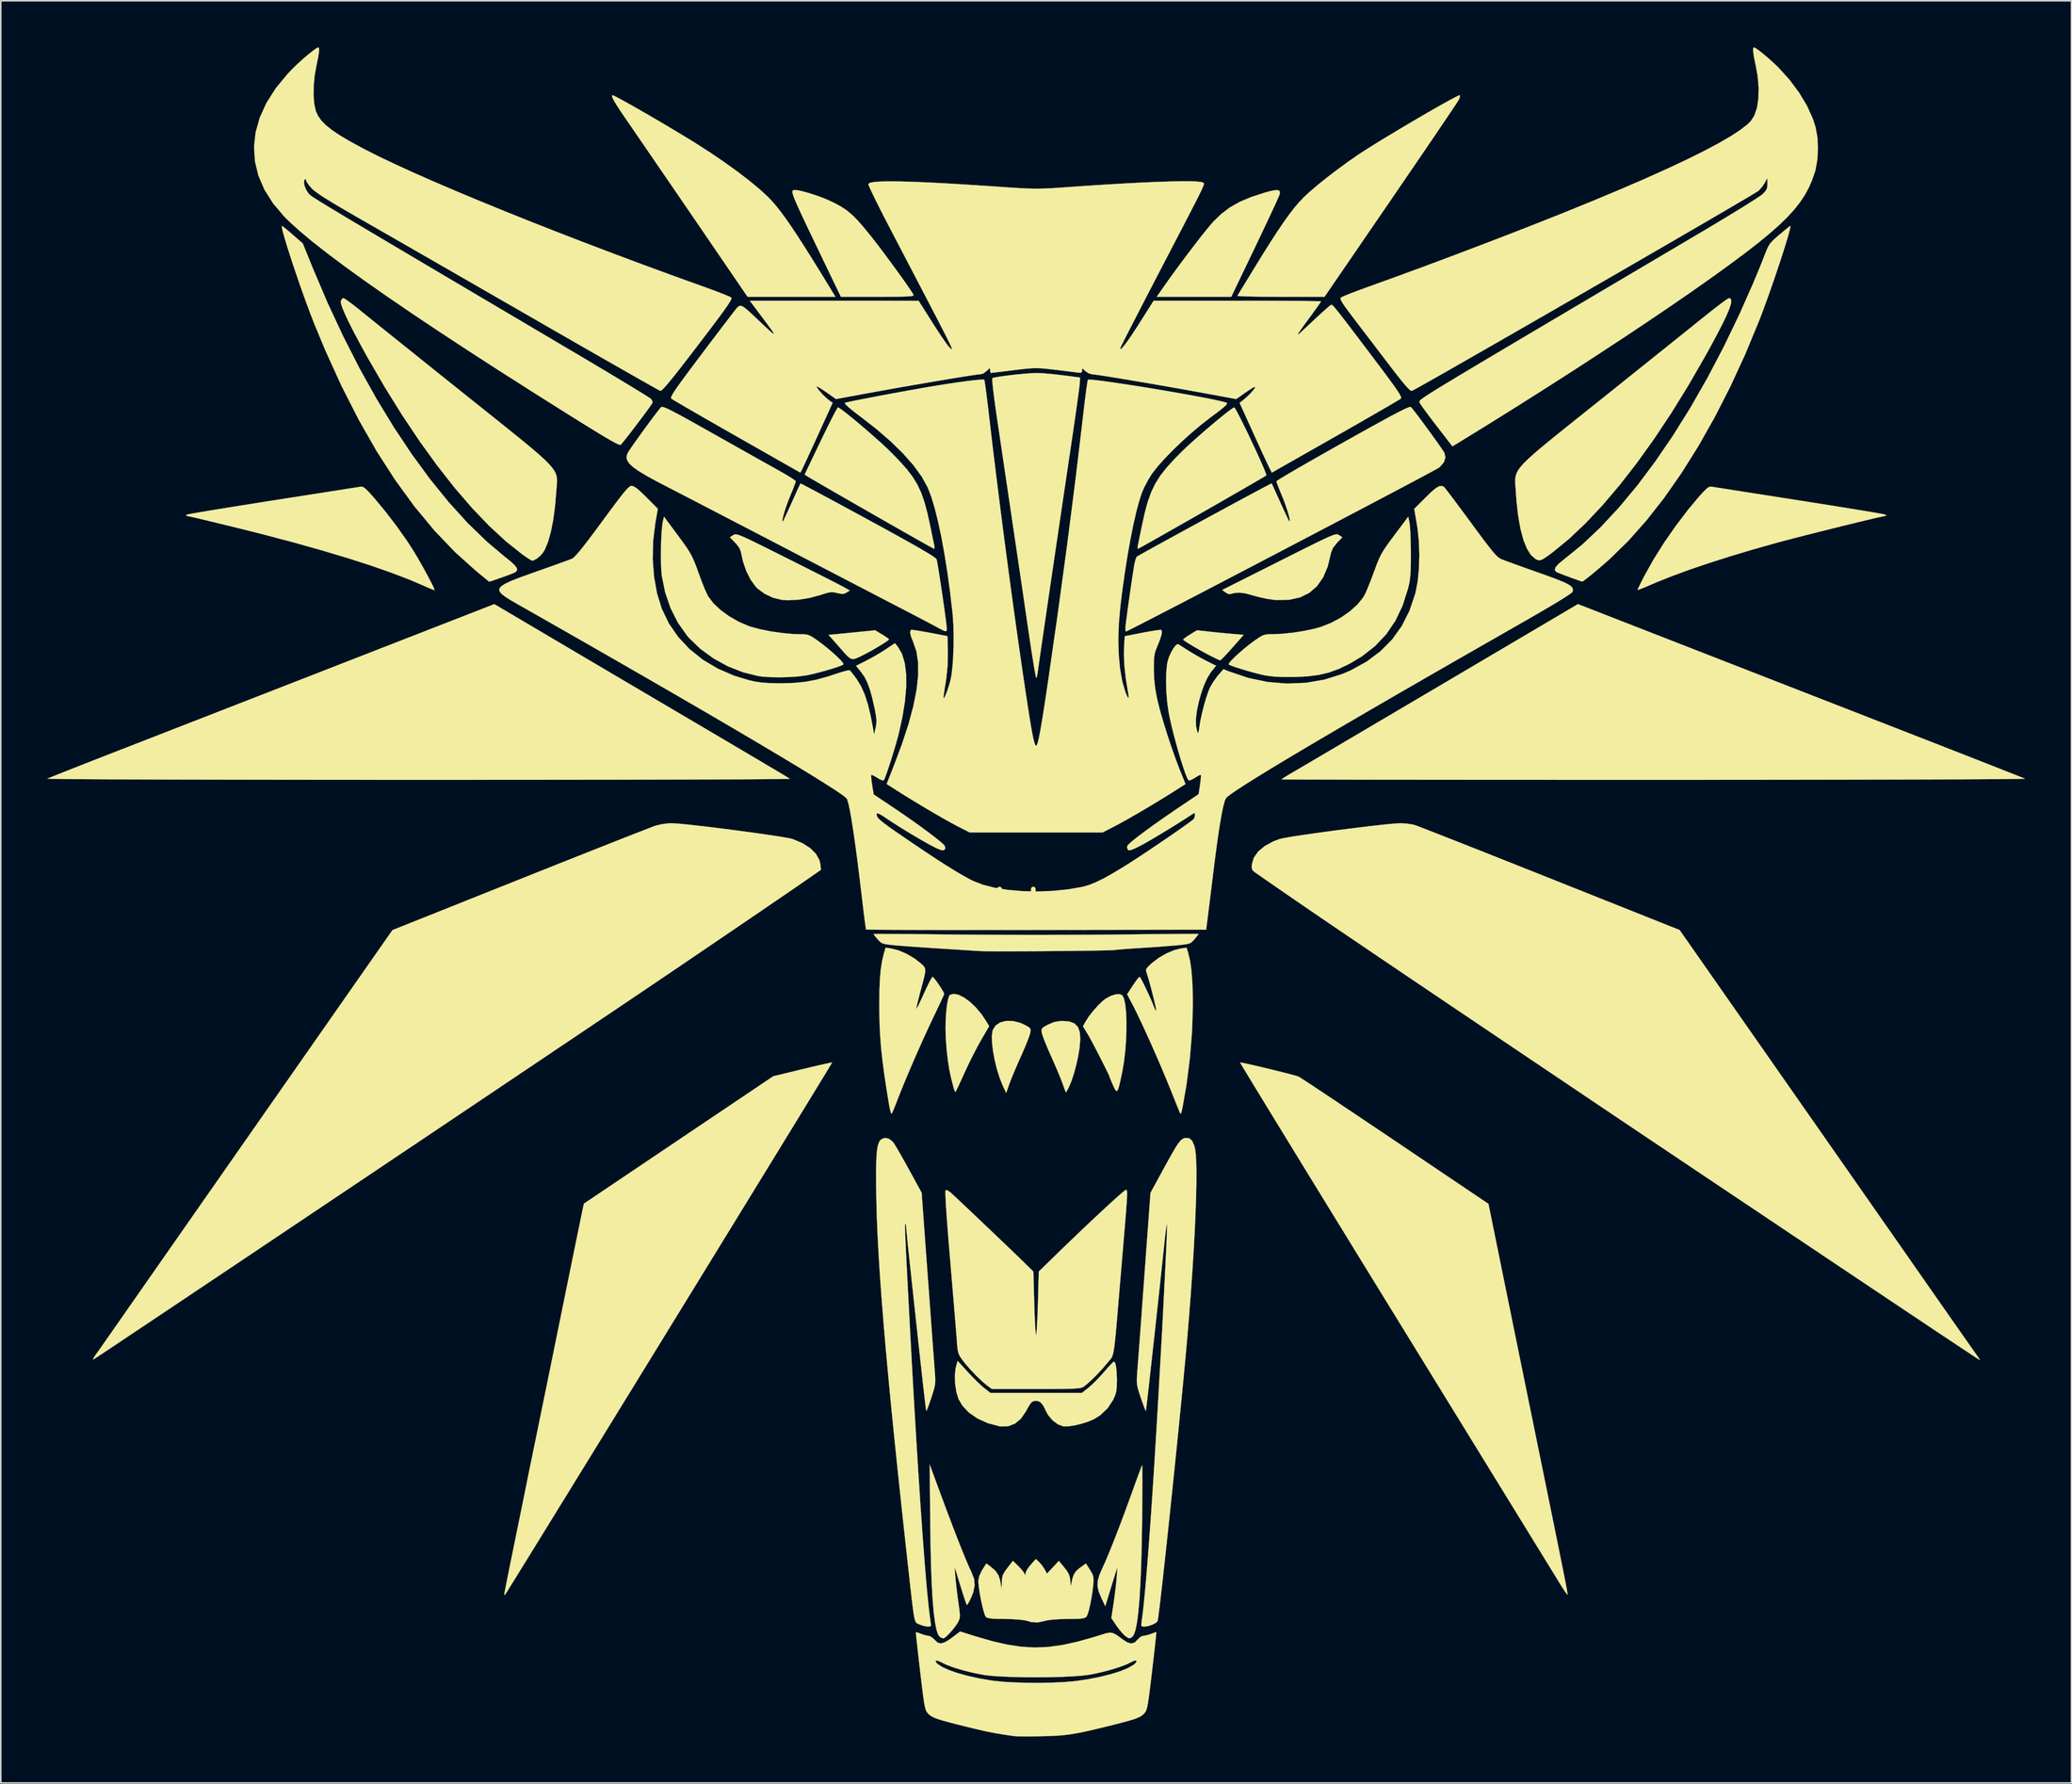
<source format=kicad_pcb>
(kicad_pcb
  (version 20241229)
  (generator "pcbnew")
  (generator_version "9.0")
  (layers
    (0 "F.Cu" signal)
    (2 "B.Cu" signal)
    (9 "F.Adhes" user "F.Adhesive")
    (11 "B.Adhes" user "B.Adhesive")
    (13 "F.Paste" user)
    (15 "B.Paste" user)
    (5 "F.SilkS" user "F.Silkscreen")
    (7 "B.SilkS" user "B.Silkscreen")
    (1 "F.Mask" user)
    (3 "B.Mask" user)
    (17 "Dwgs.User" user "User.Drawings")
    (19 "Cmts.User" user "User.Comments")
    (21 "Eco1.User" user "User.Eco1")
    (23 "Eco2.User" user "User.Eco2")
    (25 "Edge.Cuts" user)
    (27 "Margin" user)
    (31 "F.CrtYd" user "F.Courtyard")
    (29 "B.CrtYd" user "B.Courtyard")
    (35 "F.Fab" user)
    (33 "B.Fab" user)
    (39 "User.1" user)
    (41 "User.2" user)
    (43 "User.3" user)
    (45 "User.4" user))
  (footprint "witcher4"
    (layer "F.Cu")
    (at 63.505 55.123)
    (property "Reference" "witcher4" (at 0 0 0) (layer "F.SilkS") (effects (font (size 1.524 1.524) (thickness 0.3))))
    (attr through_hole)
    (fp_poly (pts (xy -9.676 -17.253) (xy -9.442 -17.104) (xy -9.28 -16.988) (xy -9.229 -16.935) (xy -9.297 -16.868) (xy -9.481 -16.741) (xy -9.747 -16.573) (xy -10.061 -16.384) (xy -10.39 -16.195) (xy -10.701 -16.026) (xy -10.821 -15.965) (xy -11.152 -15.798) (xy -11.391 -15.694) (xy -11.573 -15.662) (xy -11.734 -15.713) (xy -11.91 -15.856) (xy -12.138 -16.101) (xy -12.406 -16.407) (xy -13.132 -17.23) (xy -12.853 -17.253) (xy -12.668 -17.27) (xy -12.354 -17.301) (xy -11.951 -17.34) (xy -11.496 -17.386) (xy -11.348 -17.401) (xy -10.123 -17.524) (xy -9.676 -17.253)) (stroke (width 0.01) (type solid)) (fill yes) (layer "F.SilkS"))
    (fp_poly (pts (xy 11.389 -17.439) (xy 11.859 -17.389) (xy 12.384 -17.338) (xy 12.857 -17.295) (xy 12.894 -17.292) (xy 13.639 -17.23) (xy 12.911 -16.404) (xy 12.635 -16.096) (xy 12.398 -15.841) (xy 12.222 -15.663) (xy 12.13 -15.584) (xy 12.124 -15.583) (xy 12.024 -15.621) (xy 11.818 -15.716) (xy 11.557 -15.845) (xy 11.181 -16.042) (xy 10.796 -16.254) (xy 10.432 -16.463) (xy 10.117 -16.652) (xy 9.881 -16.804) (xy 9.752 -16.902) (xy 9.737 -16.923) (xy 9.803 -16.995) (xy 9.977 -17.121) (xy 10.182 -17.252) (xy 10.628 -17.523) (xy 11.389 -17.439)) (stroke (width 0.01) (type solid)) (fill yes) (layer "F.SilkS"))
    (fp_poly (pts (xy -1.257 7.675) (xy -0.798 7.785) (xy -0.521 7.906) (xy -0.271 8.04) (xy -0.141 8.139) (xy -0.101 8.248) (xy -0.118 8.408) (xy -0.126 8.451) (xy -0.18 8.636) (xy -0.293 8.939) (xy -0.449 9.325) (xy -0.636 9.759) (xy -0.739 9.991) (xy -0.948 10.462) (xy -1.149 10.929) (xy -1.322 11.347) (xy -1.45 11.672) (xy -1.485 11.769) (xy -1.675 12.319) (xy -1.892 11.853) (xy -2.094 11.353) (xy -2.271 10.79) (xy -2.417 10.199) (xy -2.524 9.617) (xy -2.586 9.08) (xy -2.597 8.624) (xy -2.549 8.285) (xy -2.542 8.262) (xy -2.364 7.972) (xy -2.071 7.774) (xy -1.692 7.673) (xy -1.257 7.675)) (stroke (width 0.01) (type solid)) (fill yes) (layer "F.SilkS"))
    (fp_poly (pts (xy 15.903 -45.897) (xy 15.973 -45.807) (xy 15.959 -45.646) (xy 15.912 -45.524) (xy 15.798 -45.267) (xy 15.628 -44.892) (xy 15.407 -44.416) (xy 15.145 -43.857) (xy 14.849 -43.231) (xy 14.528 -42.556) (xy 14.372 -42.229) (xy 12.839 -39.031) (xy 8.032 -39.031) (xy 8.519 -39.73) (xy 8.876 -40.234) (xy 9.278 -40.788) (xy 9.705 -41.365) (xy 10.139 -41.941) (xy 10.561 -42.492) (xy 10.951 -42.993) (xy 11.291 -43.418) (xy 11.563 -43.744) (xy 11.675 -43.87) (xy 12.188 -44.371) (xy 12.744 -44.792) (xy 13.374 -45.149) (xy 14.11 -45.462) (xy 14.982 -45.747) (xy 15.007 -45.754) (xy 15.439 -45.868) (xy 15.731 -45.917) (xy 15.903 -45.897)) (stroke (width 0.01) (type solid)) (fill yes) (layer "F.SilkS"))
    (fp_poly (pts (xy 2.395 7.71) (xy 2.725 7.834) (xy 2.948 8.058) (xy 3.07 8.394) (xy 3.101 8.857) (xy 3.055 9.413) (xy 2.967 9.947) (xy 2.84 10.519) (xy 2.689 11.077) (xy 2.527 11.569) (xy 2.368 11.944) (xy 2.261 12.145) (xy 2.191 12.263) (xy 2.178 12.277) (xy 2.143 12.203) (xy 2.068 12.01) (xy 1.97 11.737) (xy 1.96 11.709) (xy 1.853 11.425) (xy 1.693 11.033) (xy 1.499 10.577) (xy 1.29 10.102) (xy 1.216 9.937) (xy 1.021 9.498) (xy 0.851 9.089) (xy 0.718 8.747) (xy 0.637 8.506) (xy 0.621 8.437) (xy 0.602 8.269) (xy 0.637 8.155) (xy 0.755 8.055) (xy 0.99 7.926) (xy 1.027 7.906) (xy 1.436 7.738) (xy 1.837 7.674) (xy 1.947 7.671) (xy 2.395 7.71)) (stroke (width 0.01) (type solid)) (fill yes) (layer "F.SilkS"))
    (fp_poly (pts (xy 19.68 -23.71) (xy 19.738 -23.69) (xy 19.785 -23.662) (xy 20 -23.521) (xy 19.658 -23.169) (xy 19.389 -22.828) (xy 19.262 -22.494) (xy 19.26 -22.479) (xy 19.058 -21.636) (xy 18.76 -20.932) (xy 18.364 -20.366) (xy 17.869 -19.938) (xy 17.276 -19.646) (xy 16.582 -19.491) (xy 15.788 -19.472) (xy 15.579 -19.488) (xy 15.179 -19.545) (xy 14.714 -19.642) (xy 14.276 -19.758) (xy 14.23 -19.772) (xy 13.726 -19.907) (xy 13.319 -19.953) (xy 12.963 -19.914) (xy 12.771 -19.856) (xy 12.628 -19.874) (xy 12.456 -19.97) (xy 12.255 -20.126) (xy 15.912 -21.964) (xy 16.75 -22.386) (xy 17.45 -22.736) (xy 18.025 -23.022) (xy 18.489 -23.25) (xy 18.855 -23.425) (xy 19.136 -23.553) (xy 19.346 -23.639) (xy 19.498 -23.69) (xy 19.605 -23.712) (xy 19.68 -23.71)) (stroke (width 0.01) (type solid)) (fill yes) (layer "F.SilkS"))
    (fp_poly (pts (xy -4.74 5.988) (xy -4.384 6.168) (xy -4.004 6.448) (xy -3.622 6.813) (xy -3.259 7.248) (xy -2.934 7.738) (xy -2.925 7.754) (xy -2.774 8.015) (xy -3.293 8.903) (xy -3.525 9.322) (xy -3.793 9.836) (xy -4.067 10.386) (xy -4.314 10.911) (xy -4.354 10.999) (xy -4.543 11.416) (xy -4.709 11.776) (xy -4.839 12.052) (xy -4.921 12.217) (xy -4.94 12.25) (xy -4.986 12.206) (xy -5.048 12.043) (xy -5.069 11.968) (xy -5.15 11.654) (xy -5.233 11.328) (xy -5.239 11.303) (xy -5.347 10.784) (xy -5.443 10.154) (xy -5.519 9.471) (xy -5.569 8.791) (xy -5.588 8.173) (xy -5.588 8.166) (xy -5.576 7.611) (xy -5.543 7.095) (xy -5.493 6.646) (xy -5.429 6.293) (xy -5.354 6.062) (xy -5.301 5.991) (xy -5.053 5.924) (xy -4.74 5.988)) (stroke (width 0.01) (type solid)) (fill yes) (layer "F.SilkS"))
    (fp_poly (pts (xy 5.821 6.028) (xy 5.925 6.248) (xy 6.002 6.61) (xy 6.053 7.086) (xy 6.079 7.651) (xy 6.078 8.28) (xy 6.052 8.945) (xy 6 9.62) (xy 5.922 10.281) (xy 5.819 10.9) (xy 5.799 10.999) (xy 5.69 11.516) (xy 5.604 11.879) (xy 5.533 12.1) (xy 5.467 12.193) (xy 5.399 12.17) (xy 5.318 12.043) (xy 5.217 11.824) (xy 5.214 11.819) (xy 5.101 11.559) (xy 5.022 11.369) (xy 4.995 11.293) (xy 4.958 11.194) (xy 4.857 10.976) (xy 4.706 10.668) (xy 4.521 10.299) (xy 4.317 9.899) (xy 4.11 9.497) (xy 3.913 9.123) (xy 3.743 8.807) (xy 3.615 8.579) (xy 3.593 8.542) (xy 3.276 8.02) (xy 3.424 7.746) (xy 3.64 7.406) (xy 3.93 7.031) (xy 4.251 6.671) (xy 4.56 6.374) (xy 4.743 6.232) (xy 5.073 6.055) (xy 5.39 5.957) (xy 5.654 5.947) (xy 5.821 6.028)) (stroke (width 0.01) (type solid)) (fill yes) (layer "F.SilkS"))
    (fp_poly (pts (xy -26.989 -52.006) (xy -26.777 -51.902) (xy -26.455 -51.73) (xy -26.042 -51.501) (xy -25.553 -51.225) (xy -25.008 -50.913) (xy -24.423 -50.573) (xy -23.817 -50.217) (xy -23.207 -49.855) (xy -22.61 -49.496) (xy -22.044 -49.151) (xy -21.654 -48.909) (xy -20.738 -48.321) (xy -19.85 -47.716) (xy -19.015 -47.115) (xy -18.257 -46.534) (xy -17.6 -45.992) (xy -17.069 -45.507) (xy -17.045 -45.484) (xy -16.79 -45.218) (xy -16.521 -44.907) (xy -16.229 -44.54) (xy -15.909 -44.105) (xy -15.551 -43.591) (xy -15.148 -42.987) (xy -14.693 -42.281) (xy -14.178 -41.463) (xy -13.595 -40.521) (xy -12.937 -39.444) (xy -12.879 -39.349) (xy -12.686 -39.031) (xy -18.352 -39.031) (xy -20.204 -41.742) (xy -20.85 -42.688) (xy -21.523 -43.673) (xy -22.209 -44.676) (xy -22.895 -45.679) (xy -23.566 -46.66) (xy -24.209 -47.598) (xy -24.809 -48.475) (xy -25.354 -49.269) (xy -25.828 -49.96) (xy -26.157 -50.44) (xy -26.51 -50.959) (xy -26.771 -51.357) (xy -26.949 -51.649) (xy -27.052 -51.849) (xy -27.09 -51.973) (xy -27.074 -52.033) (xy -26.989 -52.006)) (stroke (width 0.01) (type solid)) (fill yes) (layer "F.SilkS"))
    (fp_poly (pts (xy -19.079 -23.709) (xy -18.96 -23.681) (xy -18.792 -23.62) (xy -18.559 -23.521) (xy -18.249 -23.377) (xy -17.845 -23.182) (xy -17.334 -22.93) (xy -16.702 -22.615) (xy -15.934 -22.23) (xy -15.862 -22.194) (xy -15.161 -21.842) (xy -14.491 -21.505) (xy -13.871 -21.192) (xy -13.32 -20.913) (xy -12.857 -20.677) (xy -12.499 -20.493) (xy -12.267 -20.371) (xy -12.209 -20.34) (xy -11.76 -20.091) (xy -11.964 -19.957) (xy -12.118 -19.88) (xy -12.288 -19.869) (xy -12.543 -19.919) (xy -12.57 -19.926) (xy -12.78 -19.971) (xy -12.964 -19.98) (xy -13.174 -19.946) (xy -13.461 -19.863) (xy -13.68 -19.791) (xy -14.352 -19.61) (xy -15.053 -19.496) (xy -15.719 -19.459) (xy -16.152 -19.484) (xy -16.702 -19.619) (xy -17.237 -19.87) (xy -17.694 -20.202) (xy -17.824 -20.333) (xy -18.156 -20.79) (xy -18.439 -21.354) (xy -18.646 -21.963) (xy -18.712 -22.267) (xy -18.787 -22.606) (xy -18.89 -22.85) (xy -19.059 -23.072) (xy -19.15 -23.169) (xy -19.492 -23.521) (xy -19.279 -23.66) (xy -19.224 -23.693) (xy -19.162 -23.711) (xy -19.079 -23.709)) (stroke (width 0.01) (type solid)) (fill yes) (layer "F.SilkS"))
    (fp_poly (pts (xy -14.944 -45.868) (xy -14.584 -45.776) (xy -14.174 -45.653) (xy -13.75 -45.508) (xy -13.349 -45.354) (xy -13.166 -45.275) (xy -12.69 -45.049) (xy -12.289 -44.828) (xy -11.934 -44.588) (xy -11.597 -44.304) (xy -11.248 -43.952) (xy -10.861 -43.509) (xy -10.405 -42.951) (xy -10.403 -42.948) (xy -10.13 -42.601) (xy -9.815 -42.188) (xy -9.472 -41.731) (xy -9.118 -41.253) (xy -8.769 -40.776) (xy -8.441 -40.321) (xy -8.149 -39.91) (xy -7.91 -39.565) (xy -7.739 -39.308) (xy -7.652 -39.161) (xy -7.648 -39.151) (xy -7.656 -39.115) (xy -7.72 -39.087) (xy -7.859 -39.066) (xy -8.089 -39.051) (xy -8.427 -39.041) (xy -8.89 -39.035) (xy -9.493 -39.032) (xy -9.968 -39.031) (xy -12.334 -39.031) (xy -13.037 -40.492) (xy -13.533 -41.523) (xy -13.96 -42.412) (xy -14.323 -43.169) (xy -14.626 -43.807) (xy -14.874 -44.334) (xy -15.071 -44.763) (xy -15.223 -45.103) (xy -15.333 -45.366) (xy -15.407 -45.562) (xy -15.448 -45.702) (xy -15.462 -45.796) (xy -15.454 -45.855) (xy -15.427 -45.89) (xy -15.387 -45.912) (xy -15.373 -45.917) (xy -15.22 -45.919) (xy -14.944 -45.868)) (stroke (width 0.01) (type solid)) (fill yes) (layer "F.SilkS"))
    (fp_poly (pts (xy -12.38 -31.817) (xy -12.136 -31.638) (xy -11.81 -31.381) (xy -11.425 -31.067) (xy -11.001 -30.711) (xy -10.562 -30.335) (xy -10.128 -29.954) (xy -9.721 -29.589) (xy -9.364 -29.258) (xy -9.14 -29.041) (xy -8.557 -28.443) (xy -8.083 -27.911) (xy -7.703 -27.412) (xy -7.398 -26.912) (xy -7.15 -26.377) (xy -6.941 -25.775) (xy -6.754 -25.072) (xy -6.57 -24.234) (xy -6.566 -24.215) (xy -6.48 -23.795) (xy -6.403 -23.422) (xy -6.342 -23.135) (xy -6.307 -22.971) (xy -6.306 -22.966) (xy -6.296 -22.821) (xy -6.327 -22.78) (xy -6.411 -22.822) (xy -6.628 -22.941) (xy -6.964 -23.128) (xy -7.406 -23.377) (xy -7.94 -23.679) (xy -8.552 -24.027) (xy -9.229 -24.413) (xy -9.956 -24.829) (xy -10.335 -25.045) (xy -11.088 -25.477) (xy -11.802 -25.887) (xy -12.461 -26.267) (xy -13.051 -26.607) (xy -13.559 -26.901) (xy -13.969 -27.139) (xy -14.268 -27.313) (xy -14.441 -27.416) (xy -14.474 -27.436) (xy -14.672 -27.568) (xy -13.629 -29.746) (xy -13.359 -30.304) (xy -13.11 -30.808) (xy -12.893 -31.238) (xy -12.717 -31.576) (xy -12.591 -31.802) (xy -12.526 -31.898) (xy -12.521 -31.9) (xy -12.38 -31.817)) (stroke (width 0.01) (type solid)) (fill yes) (layer "F.SilkS"))
    (fp_poly (pts (xy -5.859 38.312) (xy -5.494 39.292) (xy -5.149 40.203) (xy -4.83 41.031) (xy -4.542 41.759) (xy -4.291 42.373) (xy -4.083 42.859) (xy -3.925 43.201) (xy -3.914 43.222) (xy -3.745 43.66) (xy -3.707 44.078) (xy -3.8 44.525) (xy -3.931 44.854) (xy -4.056 45.111) (xy -4.157 45.286) (xy -4.213 45.344) (xy -4.215 45.343) (xy -4.253 45.252) (xy -4.331 45.027) (xy -4.438 44.7) (xy -4.565 44.299) (xy -4.629 44.093) (xy -5.001 42.884) (xy -4.958 43.476) (xy -4.928 43.806) (xy -4.88 44.241) (xy -4.82 44.721) (xy -4.768 45.108) (xy -4.707 45.542) (xy -4.671 45.846) (xy -4.661 46.054) (xy -4.677 46.202) (xy -4.72 46.328) (xy -4.786 46.46) (xy -4.924 46.675) (xy -5.115 46.921) (xy -5.326 47.162) (xy -5.523 47.361) (xy -5.673 47.478) (xy -5.722 47.495) (xy -5.855 47.454) (xy -5.942 47.41) (xy -6.061 47.258) (xy -6.168 46.947) (xy -6.262 46.478) (xy -6.344 45.847) (xy -6.414 45.054) (xy -6.471 44.097) (xy -6.516 42.976) (xy -6.549 41.688) (xy -6.571 40.233) (xy -6.572 40.132) (xy -6.608 36.28) (xy -5.859 38.312)) (stroke (width 0.01) (type solid)) (fill yes) (layer "F.SilkS"))
    (fp_poly (pts (xy 7.099 36.395) (xy 7.104 36.62) (xy 7.106 36.982) (xy 7.106 37.462) (xy 7.104 38.045) (xy 7.1 38.713) (xy 7.093 39.451) (xy 7.087 40.047) (xy 7.062 41.524) (xy 7.026 42.837) (xy 6.978 43.987) (xy 6.918 44.972) (xy 6.846 45.792) (xy 6.763 46.446) (xy 6.667 46.933) (xy 6.561 47.252) (xy 6.46 47.392) (xy 6.322 47.478) (xy 6.206 47.475) (xy 6.046 47.374) (xy 5.978 47.321) (xy 5.812 47.157) (xy 5.605 46.907) (xy 5.429 46.665) (xy 5.105 46.186) (xy 5.253 45.212) (xy 5.32 44.737) (xy 5.382 44.239) (xy 5.43 43.791) (xy 5.45 43.561) (xy 5.5 42.884) (xy 5.326 43.434) (xy 5.215 43.789) (xy 5.081 44.221) (xy 4.951 44.645) (xy 4.933 44.704) (xy 4.715 45.424) (xy 4.455 44.873) (xy 4.289 44.472) (xy 4.212 44.124) (xy 4.228 43.783) (xy 4.338 43.4) (xy 4.544 42.927) (xy 4.545 42.926) (xy 4.74 42.495) (xy 4.98 41.921) (xy 5.26 41.223) (xy 5.572 40.42) (xy 5.908 39.528) (xy 6.262 38.567) (xy 6.522 37.846) (xy 6.692 37.376) (xy 6.843 36.963) (xy 6.967 36.632) (xy 7.053 36.41) (xy 7.092 36.322) (xy 7.099 36.395)) (stroke (width 0.01) (type solid)) (fill yes) (layer "F.SilkS"))
    (fp_poly (pts (xy -48.297 -43.551) (xy -48.121 -43.411) (xy -47.876 -43.205) (xy -47.682 -43.039) (xy -47.032 -42.474) (xy -46.394 -40.901) (xy -45.442 -38.662) (xy -44.437 -36.506) (xy -43.385 -34.439) (xy -42.29 -32.473) (xy -41.16 -30.614) (xy -40 -28.873) (xy -38.816 -27.257) (xy -37.614 -25.776) (xy -36.399 -24.438) (xy -35.178 -23.252) (xy -34.002 -22.262) (xy -33.614 -21.949) (xy -33.359 -21.711) (xy -33.229 -21.532) (xy -33.212 -21.397) (xy -33.3 -21.289) (xy -33.371 -21.245) (xy -33.496 -21.191) (xy -33.729 -21.102) (xy -34.026 -20.993) (xy -34.345 -20.879) (xy -34.643 -20.775) (xy -34.876 -20.697) (xy -35.003 -20.66) (xy -35.011 -20.659) (xy -35.077 -20.709) (xy -35.248 -20.848) (xy -35.5 -21.054) (xy -35.808 -21.308) (xy -35.863 -21.353) (xy -37.228 -22.58) (xy -38.553 -23.969) (xy -39.837 -25.519) (xy -41.078 -27.226) (xy -42.275 -29.087) (xy -43.425 -31.102) (xy -44.527 -33.267) (xy -45.58 -35.579) (xy -46.309 -37.338) (xy -46.525 -37.895) (xy -46.754 -38.507) (xy -46.99 -39.158) (xy -47.226 -39.826) (xy -47.456 -40.495) (xy -47.674 -41.144) (xy -47.874 -41.756) (xy -48.05 -42.311) (xy -48.195 -42.791) (xy -48.304 -43.176) (xy -48.369 -43.448) (xy -48.385 -43.588) (xy -48.375 -43.603) (xy -48.297 -43.551)) (stroke (width 0.01) (type solid)) (fill yes) (layer "F.SilkS"))
    (fp_poly (pts (xy 13.081 -31.835) (xy 13.195 -31.638) (xy 13.355 -31.333) (xy 13.552 -30.945) (xy 13.773 -30.495) (xy 14.007 -30.007) (xy 14.244 -29.506) (xy 14.473 -29.014) (xy 14.682 -28.554) (xy 14.86 -28.151) (xy 14.996 -27.827) (xy 15.079 -27.607) (xy 15.099 -27.512) (xy 15.098 -27.512) (xy 15.014 -27.458) (xy 14.799 -27.33) (xy 14.47 -27.138) (xy 14.043 -26.89) (xy 13.534 -26.596) (xy 12.96 -26.266) (xy 12.336 -25.907) (xy 11.679 -25.53) (xy 11.005 -25.144) (xy 10.329 -24.758) (xy 9.669 -24.382) (xy 9.039 -24.023) (xy 8.457 -23.693) (xy 7.938 -23.399) (xy 7.499 -23.151) (xy 7.155 -22.959) (xy 6.923 -22.831) (xy 6.819 -22.777) (xy 6.815 -22.775) (xy 6.795 -22.845) (xy 6.81 -22.966) (xy 6.841 -23.118) (xy 6.899 -23.399) (xy 6.975 -23.769) (xy 7.061 -24.191) (xy 7.075 -24.257) (xy 7.262 -25.105) (xy 7.456 -25.818) (xy 7.675 -26.431) (xy 7.937 -26.978) (xy 8.262 -27.492) (xy 8.667 -28.01) (xy 9.171 -28.564) (xy 9.641 -29.041) (xy 9.951 -29.337) (xy 10.325 -29.681) (xy 10.741 -30.052) (xy 11.179 -30.433) (xy 11.617 -30.806) (xy 12.032 -31.151) (xy 12.403 -31.452) (xy 12.709 -31.69) (xy 12.928 -31.847) (xy 13.025 -31.9) (xy 13.081 -31.835)) (stroke (width 0.01) (type solid)) (fill yes) (layer "F.SilkS"))
    (fp_poly (pts (xy 27.581 -52.034) (xy 27.582 -51.932) (xy 27.516 -51.753) (xy 27.51 -51.74) (xy 27.445 -51.636) (xy 27.292 -51.402) (xy 27.056 -51.049) (xy 26.746 -50.588) (xy 26.368 -50.029) (xy 25.93 -49.382) (xy 25.438 -48.658) (xy 24.9 -47.868) (xy 24.322 -47.021) (xy 23.712 -46.128) (xy 23.121 -45.264) (xy 18.852 -39.031) (xy 16.025 -39.031) (xy 15.354 -39.033) (xy 14.743 -39.038) (xy 14.209 -39.046) (xy 13.773 -39.057) (xy 13.454 -39.07) (xy 13.271 -39.084) (xy 13.234 -39.095) (xy 13.287 -39.183) (xy 13.415 -39.394) (xy 13.605 -39.705) (xy 13.842 -40.095) (xy 14.115 -40.542) (xy 14.226 -40.725) (xy 14.823 -41.695) (xy 15.348 -42.531) (xy 15.811 -43.244) (xy 16.221 -43.849) (xy 16.586 -44.359) (xy 16.918 -44.787) (xy 17.224 -45.146) (xy 17.504 -45.441) (xy 17.899 -45.807) (xy 18.405 -46.239) (xy 18.991 -46.71) (xy 19.626 -47.198) (xy 20.277 -47.676) (xy 20.912 -48.12) (xy 21.082 -48.234) (xy 21.467 -48.484) (xy 21.934 -48.779) (xy 22.464 -49.107) (xy 23.042 -49.458) (xy 23.648 -49.823) (xy 24.267 -50.191) (xy 24.881 -50.552) (xy 25.472 -50.896) (xy 26.024 -51.212) (xy 26.519 -51.492) (xy 26.939 -51.724) (xy 27.267 -51.899) (xy 27.487 -52.006) (xy 27.58 -52.035) (xy 27.581 -52.034)) (stroke (width 0.01) (type solid)) (fill yes) (layer "F.SilkS"))
    (fp_poly (pts (xy -43.177 -26.776) (xy -43.049 -26.703) (xy -42.875 -26.547) (xy -42.635 -26.29) (xy -42.384 -26.003) (xy -41.687 -25.16) (xy -41.003 -24.267) (xy -40.373 -23.38) (xy -39.912 -22.675) (xy -39.705 -22.331) (xy -39.478 -21.941) (xy -39.248 -21.531) (xy -39.027 -21.127) (xy -38.83 -20.758) (xy -38.673 -20.449) (xy -38.569 -20.227) (xy -38.534 -20.121) (xy -38.536 -20.116) (xy -38.621 -20.136) (xy -38.819 -20.213) (xy -39.088 -20.331) (xy -39.116 -20.344) (xy -40.133 -20.78) (xy -41.312 -21.232) (xy -42.649 -21.699) (xy -44.138 -22.178) (xy -45.774 -22.668) (xy -47.551 -23.168) (xy -49.463 -23.675) (xy -51.096 -24.087) (xy -51.784 -24.256) (xy -52.432 -24.414) (xy -53.019 -24.556) (xy -53.523 -24.677) (xy -53.924 -24.772) (xy -54.199 -24.834) (xy -54.312 -24.858) (xy -54.512 -24.901) (xy -54.562 -24.94) (xy -54.482 -24.988) (xy -54.371 -25.013) (xy -54.107 -25.062) (xy -53.705 -25.131) (xy -53.179 -25.219) (xy -52.543 -25.324) (xy -51.813 -25.443) (xy -51.002 -25.573) (xy -50.126 -25.712) (xy -49.198 -25.859) (xy -48.895 -25.906) (xy -47.953 -26.054) (xy -47.057 -26.194) (xy -46.222 -26.325) (xy -45.462 -26.444) (xy -44.792 -26.549) (xy -44.226 -26.637) (xy -43.779 -26.708) (xy -43.465 -26.757) (xy -43.3 -26.783) (xy -43.281 -26.786) (xy -43.177 -26.776)) (stroke (width 0.01) (type solid)) (fill yes) (layer "F.SilkS"))
    (fp_poly (pts (xy 43.788 -26.786) (xy 43.904 -26.768) (xy 44.172 -26.726) (xy 44.579 -26.662) (xy 45.11 -26.579) (xy 45.749 -26.478) (xy 46.483 -26.363) (xy 47.296 -26.236) (xy 48.174 -26.098) (xy 49.103 -25.953) (xy 49.403 -25.906) (xy 50.344 -25.758) (xy 51.238 -25.616) (xy 52.071 -25.482) (xy 52.829 -25.36) (xy 53.496 -25.25) (xy 54.058 -25.157) (xy 54.501 -25.081) (xy 54.811 -25.026) (xy 54.972 -24.993) (xy 54.99 -24.988) (xy 55.07 -24.94) (xy 55.019 -24.901) (xy 54.82 -24.859) (xy 54.61 -24.815) (xy 54.259 -24.735) (xy 53.791 -24.624) (xy 53.228 -24.489) (xy 52.595 -24.334) (xy 51.913 -24.165) (xy 51.208 -23.989) (xy 50.501 -23.812) (xy 49.816 -23.638) (xy 49.176 -23.474) (xy 48.605 -23.325) (xy 48.126 -23.198) (xy 47.953 -23.151) (xy 46.448 -22.726) (xy 45.009 -22.294) (xy 43.654 -21.862) (xy 42.401 -21.437) (xy 41.27 -21.023) (xy 40.279 -20.628) (xy 39.899 -20.465) (xy 39.554 -20.316) (xy 39.274 -20.202) (xy 39.09 -20.135) (xy 39.031 -20.124) (xy 39.068 -20.211) (xy 39.167 -20.417) (xy 39.312 -20.709) (xy 39.465 -21.01) (xy 40.046 -22.055) (xy 40.733 -23.151) (xy 41.497 -24.251) (xy 42.304 -25.311) (xy 42.975 -26.114) (xy 43.264 -26.435) (xy 43.473 -26.642) (xy 43.625 -26.754) (xy 43.744 -26.789) (xy 43.788 -26.786)) (stroke (width 0.01) (type solid)) (fill yes) (layer "F.SilkS"))
    (fp_poly (pts (xy -4.126 30.342) (xy -3.815 30.67) (xy -3.502 30.982) (xy -3.228 31.238) (xy -3.063 31.376) (xy -2.685 31.665) (xy 3.202 31.665) (xy 3.624 31.332) (xy 3.867 31.118) (xy 4.168 30.821) (xy 4.478 30.491) (xy 4.626 30.323) (xy 4.871 30.044) (xy 5.077 29.82) (xy 5.22 29.677) (xy 5.269 29.64) (xy 5.346 29.712) (xy 5.405 29.936) (xy 5.444 30.295) (xy 5.461 30.772) (xy 5.461 30.861) (xy 5.454 31.258) (xy 5.425 31.547) (xy 5.362 31.789) (xy 5.255 32.042) (xy 5.226 32.102) (xy 4.865 32.652) (xy 4.378 33.11) (xy 3.976 33.36) (xy 3.609 33.516) (xy 3.178 33.653) (xy 2.736 33.758) (xy 2.335 33.818) (xy 2.03 33.822) (xy 2.001 33.818) (xy 1.65 33.685) (xy 1.309 33.426) (xy 1.022 33.081) (xy 0.887 32.832) (xy 0.715 32.485) (xy 0.55 32.278) (xy 0.367 32.185) (xy 0.251 32.173) (xy 0.1 32.187) (xy -0.02 32.249) (xy -0.139 32.388) (xy -0.285 32.633) (xy -0.398 32.845) (xy -0.72 33.32) (xy -1.107 33.644) (xy -1.55 33.814) (xy -2.041 33.824) (xy -2.117 33.812) (xy -2.855 33.616) (xy -3.511 33.322) (xy -4.064 32.944) (xy -4.492 32.496) (xy -4.745 32.066) (xy -4.883 31.624) (xy -4.964 31.1) (xy -4.985 30.564) (xy -4.938 30.088) (xy -4.912 29.974) (xy -4.809 29.596) (xy -4.126 30.342)) (stroke (width 0.01) (type solid)) (fill yes) (layer "F.SilkS"))
    (fp_poly (pts (xy 10.058 3.279) (xy 10.179 3.788) (xy 10.269 4.407) (xy 10.327 5.152) (xy 10.357 6.038) (xy 10.361 6.646) (xy 10.313 8.307) (xy 10.174 10.04) (xy 9.952 11.778) (xy 9.703 13.208) (xy 9.643 13.494) (xy 9.6 13.634) (xy 9.561 13.65) (xy 9.513 13.564) (xy 9.505 13.547) (xy 9.444 13.398) (xy 9.333 13.124) (xy 9.185 12.756) (xy 9.013 12.327) (xy 8.898 12.039) (xy 8.625 11.372) (xy 8.318 10.643) (xy 7.99 9.884) (xy 7.656 9.125) (xy 7.328 8.399) (xy 7.022 7.737) (xy 6.75 7.168) (xy 6.528 6.726) (xy 6.527 6.724) (xy 6.123 5.954) (xy 6.489 5.39) (xy 6.669 5.126) (xy 6.82 4.928) (xy 6.915 4.831) (xy 6.927 4.826) (xy 6.985 4.898) (xy 7.093 5.094) (xy 7.237 5.379) (xy 7.401 5.721) (xy 7.569 6.089) (xy 7.725 6.447) (xy 7.855 6.765) (xy 7.871 6.806) (xy 7.945 6.964) (xy 7.999 7.014) (xy 8.001 7.013) (xy 7.994 6.923) (xy 7.95 6.705) (xy 7.877 6.394) (xy 7.786 6.023) (xy 7.685 5.629) (xy 7.582 5.245) (xy 7.487 4.906) (xy 7.408 4.647) (xy 7.374 4.551) (xy 7.34 4.421) (xy 7.366 4.307) (xy 7.477 4.168) (xy 7.693 3.964) (xy 7.716 3.943) (xy 8.153 3.609) (xy 8.652 3.32) (xy 9.155 3.107) (xy 9.573 3.002) (xy 9.96 2.949) (xy 10.058 3.279)) (stroke (width 0.01) (type solid)) (fill yes) (layer "F.SilkS"))
    (fp_poly (pts (xy 45.039 -38.908) (xy 45.082 -38.787) (xy 45.056 -38.577) (xy 44.959 -38.268) (xy 44.785 -37.853) (xy 44.534 -37.325) (xy 44.2 -36.675) (xy 43.782 -35.896) (xy 43.41 -35.221) (xy 42.326 -33.338) (xy 41.225 -31.555) (xy 40.113 -29.881) (xy 38.996 -28.322) (xy 37.881 -26.887) (xy 36.775 -25.586) (xy 35.683 -24.425) (xy 34.612 -23.413) (xy 33.568 -22.558) (xy 33.5 -22.507) (xy 33.169 -22.265) (xy 32.94 -22.115) (xy 32.777 -22.044) (xy 32.647 -22.039) (xy 32.517 -22.089) (xy 32.456 -22.122) (xy 32.161 -22.378) (xy 31.9 -22.793) (xy 31.674 -23.359) (xy 31.485 -24.068) (xy 31.336 -24.914) (xy 31.228 -25.888) (xy 31.191 -26.417) (xy 31.172 -26.684) (xy 31.154 -26.916) (xy 31.144 -27.123) (xy 31.15 -27.312) (xy 31.181 -27.493) (xy 31.244 -27.674) (xy 31.348 -27.864) (xy 31.5 -28.071) (xy 31.708 -28.305) (xy 31.98 -28.573) (xy 32.325 -28.884) (xy 32.749 -29.248) (xy 33.262 -29.673) (xy 33.871 -30.167) (xy 34.583 -30.74) (xy 35.408 -31.399) (xy 36.353 -32.154) (xy 36.736 -32.46) (xy 37.598 -33.15) (xy 38.453 -33.836) (xy 39.288 -34.504) (xy 40.089 -35.146) (xy 40.841 -35.749) (xy 41.531 -36.302) (xy 42.144 -36.794) (xy 42.667 -37.213) (xy 43.086 -37.55) (xy 43.386 -37.791) (xy 43.387 -37.792) (xy 43.812 -38.131) (xy 44.198 -38.43) (xy 44.523 -38.675) (xy 44.766 -38.85) (xy 44.907 -38.939) (xy 44.93 -38.947) (xy 45.039 -38.908)) (stroke (width 0.01) (type solid)) (fill yes) (layer "F.SilkS"))
    (fp_poly (pts (xy 48.891 -43.527) (xy 48.843 -43.311) (xy 48.751 -42.973) (xy 48.621 -42.535) (xy 48.458 -42.015) (xy 48.27 -41.432) (xy 48.062 -40.806) (xy 47.842 -40.155) (xy 47.615 -39.5) (xy 47.387 -38.86) (xy 47.166 -38.254) (xy 46.958 -37.701) (xy 46.879 -37.499) (xy 45.98 -35.328) (xy 45.024 -33.251) (xy 44.018 -31.278) (xy 42.968 -29.418) (xy 41.88 -27.681) (xy 40.759 -26.074) (xy 39.611 -24.609) (xy 38.442 -23.292) (xy 37.258 -22.135) (xy 37.127 -22.018) (xy 36.727 -21.668) (xy 36.348 -21.345) (xy 36.009 -21.065) (xy 35.734 -20.847) (xy 35.543 -20.707) (xy 35.459 -20.663) (xy 35.374 -20.692) (xy 35.165 -20.766) (xy 34.868 -20.872) (xy 34.66 -20.948) (xy 34.318 -21.075) (xy 34.031 -21.185) (xy 33.842 -21.263) (xy 33.792 -21.287) (xy 33.697 -21.413) (xy 33.746 -21.585) (xy 33.945 -21.812) (xy 34.28 -22.085) (xy 35.463 -23.044) (xy 36.65 -24.164) (xy 37.835 -25.437) (xy 39.013 -26.853) (xy 40.177 -28.404) (xy 41.323 -30.083) (xy 42.444 -31.88) (xy 43.535 -33.787) (xy 44.589 -35.796) (xy 45.602 -37.898) (xy 46.469 -39.855) (xy 46.674 -40.343) (xy 46.882 -40.848) (xy 47.072 -41.317) (xy 47.22 -41.695) (xy 47.241 -41.748) (xy 47.375 -42.086) (xy 47.495 -42.332) (xy 47.637 -42.532) (xy 47.835 -42.735) (xy 48.124 -42.989) (xy 48.183 -43.039) (xy 48.464 -43.273) (xy 48.693 -43.46) (xy 48.844 -43.576) (xy 48.887 -43.603) (xy 48.891 -43.527)) (stroke (width 0.01) (type solid)) (fill yes) (layer "F.SilkS"))
    (fp_poly (pts (xy -44.313 -38.895) (xy -44.106 -38.755) (xy -43.822 -38.543) (xy -43.487 -38.281) (xy -43.339 -38.161) (xy -43.124 -37.987) (xy -42.789 -37.716) (xy -42.346 -37.359) (xy -41.805 -36.925) (xy -41.18 -36.423) (xy -40.482 -35.862) (xy -39.722 -35.253) (xy -38.913 -34.604) (xy -38.067 -33.926) (xy -37.194 -33.227) (xy -36.691 -32.825) (xy -35.657 -31.998) (xy -34.746 -31.27) (xy -33.951 -30.633) (xy -33.264 -30.08) (xy -32.677 -29.601) (xy -32.182 -29.189) (xy -31.773 -28.835) (xy -31.441 -28.532) (xy -31.178 -28.271) (xy -30.978 -28.045) (xy -30.832 -27.844) (xy -30.732 -27.662) (xy -30.672 -27.489) (xy -30.642 -27.318) (xy -30.637 -27.141) (xy -30.647 -26.949) (xy -30.666 -26.734) (xy -30.685 -26.489) (xy -30.687 -26.462) (xy -30.767 -25.509) (xy -30.883 -24.642) (xy -31.033 -23.88) (xy -31.211 -23.242) (xy -31.415 -22.745) (xy -31.519 -22.564) (xy -31.71 -22.335) (xy -31.942 -22.142) (xy -32.158 -22.028) (xy -32.239 -22.013) (xy -32.341 -22.06) (xy -32.541 -22.185) (xy -32.8 -22.364) (xy -32.884 -22.424) (xy -33.936 -23.262) (xy -35.015 -24.259) (xy -36.115 -25.408) (xy -37.231 -26.703) (xy -38.356 -28.135) (xy -39.485 -29.697) (xy -40.614 -31.384) (xy -41.735 -33.186) (xy -42.841 -35.093) (xy -43.287 -35.903) (xy -43.677 -36.633) (xy -44.004 -37.275) (xy -44.264 -37.816) (xy -44.45 -38.246) (xy -44.559 -38.555) (xy -44.585 -38.731) (xy -44.584 -38.738) (xy -44.505 -38.895) (xy -44.416 -38.947) (xy -44.313 -38.895)) (stroke (width 0.01) (type solid)) (fill yes) (layer "F.SilkS"))
    (fp_poly (pts (xy -22.881 -23.692) (xy -22.544 -23.235) (xy -22.287 -22.873) (xy -22.09 -22.565) (xy -21.929 -22.27) (xy -21.785 -21.95) (xy -21.634 -21.563) (xy -21.456 -21.069) (xy -21.424 -20.98) (xy -21.27 -20.569) (xy -21.109 -20.175) (xy -20.962 -19.851) (xy -20.879 -19.692) (xy -20.555 -19.264) (xy -20.099 -18.836) (xy -19.548 -18.433) (xy -18.935 -18.08) (xy -18.298 -17.804) (xy -18.112 -17.741) (xy -17.533 -17.587) (xy -16.854 -17.453) (xy -16.144 -17.35) (xy -15.472 -17.286) (xy -15.052 -17.272) (xy -14.737 -17.268) (xy -14.513 -17.242) (xy -14.321 -17.174) (xy -14.103 -17.045) (xy -13.835 -16.859) (xy -13.498 -16.609) (xy -13.155 -16.333) (xy -12.829 -16.053) (xy -12.544 -15.79) (xy -12.323 -15.565) (xy -12.189 -15.402) (xy -12.166 -15.321) (xy -12.297 -15.253) (xy -12.556 -15.156) (xy -12.908 -15.042) (xy -13.317 -14.921) (xy -13.747 -14.804) (xy -14.161 -14.701) (xy -14.524 -14.622) (xy -14.615 -14.606) (xy -15.095 -14.545) (xy -15.67 -14.506) (xy -16.282 -14.491) (xy -16.875 -14.5) (xy -17.392 -14.534) (xy -17.639 -14.567) (xy -18.639 -14.811) (xy -19.62 -15.199) (xy -20.549 -15.709) (xy -21.394 -16.325) (xy -22.123 -17.027) (xy -22.257 -17.183) (xy -22.84 -18.009) (xy -23.312 -18.943) (xy -23.663 -19.958) (xy -23.88 -21.024) (xy -23.882 -21.04) (xy -23.916 -21.42) (xy -23.935 -21.903) (xy -23.94 -22.448) (xy -23.932 -23.013) (xy -23.912 -23.556) (xy -23.88 -24.036) (xy -23.838 -24.411) (xy -23.811 -24.553) (xy -23.741 -24.85) (xy -22.881 -23.692)) (stroke (width 0.01) (type solid)) (fill yes) (layer "F.SilkS"))
    (fp_poly (pts (xy -9.065 3.006) (xy -8.604 3.126) (xy -8.096 3.346) (xy -7.604 3.634) (xy -7.247 3.906) (xy -7.094 4.038) (xy -6.985 4.147) (xy -6.918 4.258) (xy -6.894 4.4) (xy -6.911 4.597) (xy -6.97 4.877) (xy -7.071 5.266) (xy -7.213 5.791) (xy -7.225 5.835) (xy -7.329 6.237) (xy -7.409 6.565) (xy -7.456 6.793) (xy -7.466 6.894) (xy -7.459 6.894) (xy -7.399 6.79) (xy -7.286 6.564) (xy -7.136 6.247) (xy -6.964 5.871) (xy -6.941 5.821) (xy -6.768 5.448) (xy -6.615 5.139) (xy -6.495 4.923) (xy -6.426 4.828) (xy -6.42 4.826) (xy -6.346 4.891) (xy -6.214 5.059) (xy -6.052 5.286) (xy -5.89 5.53) (xy -5.756 5.747) (xy -5.68 5.896) (xy -5.673 5.927) (xy -5.708 6.019) (xy -5.805 6.238) (xy -5.954 6.558) (xy -6.141 6.955) (xy -6.342 7.375) (xy -6.681 8.093) (xy -7.048 8.895) (xy -7.425 9.74) (xy -7.794 10.59) (xy -8.139 11.404) (xy -8.443 12.143) (xy -8.678 12.742) (xy -8.815 13.096) (xy -8.935 13.391) (xy -9.023 13.591) (xy -9.059 13.656) (xy -9.1 13.613) (xy -9.154 13.438) (xy -9.211 13.166) (xy -9.222 13.106) (xy -9.4 12.018) (xy -9.543 11.062) (xy -9.656 10.207) (xy -9.74 9.42) (xy -9.799 8.669) (xy -9.836 7.922) (xy -9.854 7.146) (xy -9.858 6.604) (xy -9.849 5.72) (xy -9.818 4.979) (xy -9.762 4.354) (xy -9.681 3.819) (xy -9.57 3.349) (xy -9.548 3.274) (xy -9.452 2.949) (xy -9.065 3.006)) (stroke (width 0.01) (type solid)) (fill yes) (layer "F.SilkS"))
    (fp_poly (pts (xy 24.33 -24.469) (xy 24.356 -24.261) (xy 24.38 -23.919) (xy 24.399 -23.479) (xy 24.412 -22.977) (xy 24.417 -22.521) (xy 24.417 -21.93) (xy 24.409 -21.472) (xy 24.39 -21.11) (xy 24.358 -20.807) (xy 24.309 -20.527) (xy 24.241 -20.233) (xy 24.237 -20.217) (xy 23.886 -19.116) (xy 23.42 -18.136) (xy 22.831 -17.269) (xy 22.114 -16.507) (xy 21.263 -15.842) (xy 20.468 -15.367) (xy 19.789 -15.039) (xy 19.141 -14.802) (xy 18.474 -14.642) (xy 17.737 -14.549) (xy 16.976 -14.512) (xy 16.195 -14.509) (xy 15.563 -14.54) (xy 15.062 -14.605) (xy 15.057 -14.606) (xy 14.734 -14.676) (xy 14.347 -14.774) (xy 13.93 -14.889) (xy 13.52 -15.011) (xy 13.154 -15.128) (xy 12.868 -15.229) (xy 12.698 -15.304) (xy 12.674 -15.321) (xy 12.699 -15.405) (xy 12.835 -15.57) (xy 13.058 -15.795) (xy 13.345 -16.059) (xy 13.671 -16.34) (xy 14.015 -16.616) (xy 14.343 -16.859) (xy 14.635 -17.061) (xy 14.848 -17.183) (xy 15.041 -17.246) (xy 15.271 -17.269) (xy 15.56 -17.272) (xy 16.145 -17.298) (xy 16.816 -17.37) (xy 17.507 -17.478) (xy 18.15 -17.612) (xy 18.601 -17.735) (xy 19.27 -17.997) (xy 19.91 -18.342) (xy 20.489 -18.746) (xy 20.977 -19.185) (xy 21.341 -19.638) (xy 21.452 -19.83) (xy 21.567 -20.083) (xy 21.718 -20.448) (xy 21.887 -20.879) (xy 22.055 -21.329) (xy 22.07 -21.371) (xy 22.222 -21.782) (xy 22.356 -22.112) (xy 22.494 -22.398) (xy 22.658 -22.678) (xy 22.869 -22.993) (xy 23.15 -23.38) (xy 23.357 -23.657) (xy 24.25 -24.85) (xy 24.33 -24.469)) (stroke (width 0.01) (type solid)) (fill yes) (layer "F.SilkS"))
    (fp_poly (pts (xy 0.647 -34.101) (xy 1.059 -34.068) (xy 1.529 -34.021) (xy 1.99 -33.967) (xy 3.09 -33.824) (xy 3.068 -33.443) (xy 3.051 -33.277) (xy 3.011 -32.963) (xy 2.952 -32.523) (xy 2.876 -31.977) (xy 2.786 -31.344) (xy 2.685 -30.646) (xy 2.575 -29.902) (xy 2.542 -29.676) (xy 2.358 -28.443) (xy 2.173 -27.195) (xy 1.987 -25.945) (xy 1.804 -24.705) (xy 1.623 -23.486) (xy 1.448 -22.301) (xy 1.281 -21.162) (xy 1.121 -20.081) (xy 0.973 -19.071) (xy 0.837 -18.142) (xy 0.715 -17.307) (xy 0.609 -16.579) (xy 0.52 -15.969) (xy 0.451 -15.489) (xy 0.404 -15.152) (xy 0.379 -14.97) (xy 0.378 -14.964) (xy 0.338 -14.695) (xy 0.294 -14.504) (xy 0.265 -14.442) (xy 0.241 -14.515) (xy 0.196 -14.738) (xy 0.133 -15.091) (xy 0.056 -15.558) (xy -0.033 -16.12) (xy -0.131 -16.759) (xy -0.234 -17.456) (xy -0.243 -17.512) (xy -0.354 -18.272) (xy -0.484 -19.163) (xy -0.629 -20.149) (xy -0.783 -21.194) (xy -0.941 -22.262) (xy -1.097 -23.317) (xy -1.246 -24.322) (xy -1.318 -24.807) (xy -1.455 -25.734) (xy -1.598 -26.696) (xy -1.741 -27.663) (xy -1.881 -28.604) (xy -2.012 -29.489) (xy -2.131 -30.288) (xy -2.232 -30.971) (xy -2.289 -31.358) (xy -2.377 -31.97) (xy -2.452 -32.529) (xy -2.512 -33.01) (xy -2.553 -33.394) (xy -2.574 -33.657) (xy -2.571 -33.778) (xy -2.568 -33.783) (xy -2.455 -33.821) (xy -2.206 -33.867) (xy -1.857 -33.919) (xy -1.442 -33.972) (xy -0.995 -34.021) (xy -0.549 -34.064) (xy -0.14 -34.096) (xy 0.199 -34.113) (xy 0.347 -34.115) (xy 0.647 -34.101)) (stroke (width 0.01) (type solid)) (fill yes) (layer "F.SilkS"))
    (fp_poly (pts (xy -29.766 -16.306) (xy -28.752 -15.708) (xy -27.64 -15.051) (xy -26.464 -14.357) (xy -25.254 -13.644) (xy -24.044 -12.93) (xy -22.867 -12.236) (xy -21.754 -11.58) (xy -20.738 -10.981) (xy -20.278 -10.71) (xy -19.473 -10.235) (xy -18.711 -9.785) (xy -18.004 -9.367) (xy -17.365 -8.989) (xy -16.806 -8.657) (xy -16.341 -8.379) (xy -15.981 -8.164) (xy -15.74 -8.018) (xy -15.63 -7.949) (xy -15.625 -7.945) (xy -15.702 -7.94) (xy -15.941 -7.934) (xy -16.337 -7.928) (xy -16.881 -7.923) (xy -17.569 -7.917) (xy -18.391 -7.912) (xy -19.344 -7.908) (xy -20.418 -7.903) (xy -21.609 -7.899) (xy -22.908 -7.895) (xy -24.31 -7.891) (xy -25.807 -7.888) (xy -27.394 -7.885) (xy -29.062 -7.883) (xy -30.807 -7.881) (xy -32.62 -7.879) (xy -34.495 -7.878) (xy -36.426 -7.877) (xy -38.406 -7.877) (xy -39.586 -7.877) (xy -41.721 -7.877) (xy -43.791 -7.878) (xy -45.791 -7.88) (xy -47.714 -7.881) (xy -49.556 -7.884) (xy -51.311 -7.887) (xy -52.971 -7.89) (xy -54.533 -7.893) (xy -55.989 -7.897) (xy -57.335 -7.902) (xy -58.564 -7.906) (xy -59.67 -7.911) (xy -60.649 -7.916) (xy -61.493 -7.922) (xy -62.197 -7.927) (xy -62.756 -7.933) (xy -63.163 -7.94) (xy -63.413 -7.946) (xy -63.5 -7.953) (xy -63.5 -7.953) (xy -63.398 -7.998) (xy -63.154 -8.097) (xy -62.783 -8.246) (xy -62.3 -8.437) (xy -61.72 -8.666) (xy -61.06 -8.926) (xy -60.333 -9.21) (xy -59.556 -9.514) (xy -59.309 -9.61) (xy -58.054 -10.099) (xy -56.864 -10.562) (xy -55.722 -11.007) (xy -54.611 -11.44) (xy -53.512 -11.868) (xy -52.409 -12.298) (xy -51.282 -12.738) (xy -50.115 -13.192) (xy -48.889 -13.67) (xy -47.588 -14.177) (xy -46.193 -14.721) (xy -44.687 -15.309) (xy -43.052 -15.946) (xy -41.958 -16.373) (xy -34.682 -19.21) (xy -29.766 -16.306)) (stroke (width 0.01) (type solid)) (fill yes) (layer "F.SilkS"))
    (fp_poly (pts (xy 39.926 -17.363) (xy 40.648 -17.082) (xy 41.511 -16.745) (xy 42.497 -16.361) (xy 43.59 -15.934) (xy 44.773 -15.473) (xy 46.028 -14.984) (xy 47.34 -14.472) (xy 48.69 -13.946) (xy 50.062 -13.411) (xy 51.438 -12.874) (xy 52.803 -12.343) (xy 54.138 -11.822) (xy 54.271 -11.77) (xy 55.492 -11.294) (xy 56.669 -10.835) (xy 57.794 -10.396) (xy 58.856 -9.98) (xy 59.847 -9.593) (xy 60.755 -9.237) (xy 61.573 -8.916) (xy 62.289 -8.635) (xy 62.893 -8.397) (xy 63.378 -8.206) (xy 63.731 -8.065) (xy 63.945 -7.979) (xy 64.008 -7.952) (xy 63.935 -7.946) (xy 63.7 -7.94) (xy 63.308 -7.934) (xy 62.765 -7.928) (xy 62.078 -7.922) (xy 61.254 -7.917) (xy 60.299 -7.912) (xy 59.218 -7.907) (xy 58.019 -7.902) (xy 56.708 -7.898) (xy 55.291 -7.894) (xy 53.774 -7.891) (xy 52.163 -7.887) (xy 50.466 -7.885) (xy 48.689 -7.882) (xy 46.837 -7.88) (xy 44.917 -7.878) (xy 42.936 -7.877) (xy 40.899 -7.877) (xy 40.111 -7.877) (xy 38.105 -7.876) (xy 36.144 -7.877) (xy 34.234 -7.877) (xy 32.382 -7.878) (xy 30.595 -7.878) (xy 28.878 -7.879) (xy 27.24 -7.881) (xy 25.687 -7.882) (xy 24.224 -7.884) (xy 22.86 -7.885) (xy 21.601 -7.887) (xy 20.454 -7.889) (xy 19.425 -7.892) (xy 18.521 -7.894) (xy 17.749 -7.896) (xy 17.116 -7.899) (xy 16.628 -7.902) (xy 16.292 -7.904) (xy 16.114 -7.907) (xy 16.087 -7.909) (xy 16.154 -7.965) (xy 16.334 -8.081) (xy 16.591 -8.236) (xy 16.658 -8.275) (xy 16.803 -8.36) (xy 17.084 -8.525) (xy 17.492 -8.765) (xy 18.017 -9.074) (xy 18.65 -9.447) (xy 19.381 -9.878) (xy 20.2 -10.361) (xy 21.098 -10.891) (xy 22.065 -11.462) (xy 23.092 -12.068) (xy 24.17 -12.704) (xy 25.288 -13.364) (xy 26.21 -13.908) (xy 35.191 -19.211) (xy 39.926 -17.363)) (stroke (width 0.01) (type solid)) (fill yes) (layer "F.SilkS"))
    (fp_poly (pts (xy 0.446 42.571) (xy 0.636 42.788) (xy 0.803 43.039) (xy 0.804 43.042) (xy 0.953 43.319) (xy 1.337 42.908) (xy 1.721 42.498) (xy 1.982 42.81) (xy 2.223 43.116) (xy 2.366 43.358) (xy 2.438 43.592) (xy 2.464 43.857) (xy 2.478 44.047) (xy 2.5 44.085) (xy 2.515 44.027) (xy 2.597 43.63) (xy 2.696 43.353) (xy 2.839 43.148) (xy 3.05 42.964) (xy 3.087 42.937) (xy 3.467 42.665) (xy 3.727 43.071) (xy 3.875 43.321) (xy 3.946 43.526) (xy 3.959 43.764) (xy 3.945 43.984) (xy 3.895 44.426) (xy 3.825 44.882) (xy 3.742 45.315) (xy 3.654 45.688) (xy 3.568 45.965) (xy 3.492 46.11) (xy 3.344 46.188) (xy 3.078 46.228) (xy 2.761 46.236) (xy 2.099 46.243) (xy 1.535 46.268) (xy 1.093 46.311) (xy 0.792 46.369) (xy 0.735 46.388) (xy 0.34 46.47) (xy -0.075 46.439) (xy -0.254 46.384) (xy -0.471 46.331) (xy -0.826 46.287) (xy -1.287 46.255) (xy -1.821 46.237) (xy -2.286 46.234) (xy -2.631 46.218) (xy -2.884 46.17) (xy -2.975 46.127) (xy -3.044 46.003) (xy -3.126 45.749) (xy -3.215 45.405) (xy -3.301 45.009) (xy -3.378 44.599) (xy -3.436 44.214) (xy -3.467 43.893) (xy -3.471 43.773) (xy -3.412 43.482) (xy -3.257 43.143) (xy -3.213 43.07) (xy -2.958 42.664) (xy -2.728 42.829) (xy -2.389 43.114) (xy -2.179 43.409) (xy -2.061 43.769) (xy -2.044 43.861) (xy -1.967 44.323) (xy -1.957 43.865) (xy -1.938 43.592) (xy -1.875 43.376) (xy -1.743 43.15) (xy -1.595 42.951) (xy -1.243 42.495) (xy -0.91 42.816) (xy -0.707 43.029) (xy -0.554 43.223) (xy -0.505 43.307) (xy -0.45 43.425) (xy -0.432 43.382) (xy -0.429 43.297) (xy -0.372 43.138) (xy -0.23 42.915) (xy -0.093 42.746) (xy 0.237 42.376) (xy 0.446 42.571)) (stroke (width 0.01) (type solid)) (fill yes) (layer "F.SilkS"))
    (fp_poly (pts (xy 10.617 2.058) (xy 10.723 2.06) (xy 10.725 2.061) (xy 10.686 2.129) (xy 10.566 2.283) (xy 10.472 2.395) (xy 10.34 2.542) (xy 10.218 2.639) (xy 10.063 2.7) (xy 9.834 2.742) (xy 9.488 2.781) (xy 9.398 2.79) (xy 9.035 2.822) (xy 8.553 2.86) (xy 7.999 2.901) (xy 7.424 2.94) (xy 7.07 2.962) (xy 6.561 2.995) (xy 6.094 3.028) (xy 5.703 3.058) (xy 5.421 3.084) (xy 5.292 3.099) (xy 5.153 3.109) (xy 4.866 3.119) (xy 4.45 3.128) (xy 3.927 3.138) (xy 3.315 3.146) (xy 2.636 3.155) (xy 1.911 3.162) (xy 1.159 3.168) (xy 0.401 3.174) (xy -0.343 3.178) (xy -1.052 3.18) (xy -1.705 3.182) (xy -2.283 3.181) (xy -2.765 3.178) (xy -3.131 3.174) (xy -3.359 3.167) (xy -3.387 3.166) (xy -3.602 3.151) (xy -3.956 3.129) (xy -4.42 3.099) (xy -4.964 3.064) (xy -5.557 3.027) (xy -5.969 3.001) (xy -6.605 2.96) (xy -7.235 2.917) (xy -7.823 2.876) (xy -8.333 2.837) (xy -8.73 2.805) (xy -8.89 2.79) (xy -9.267 2.751) (xy -9.517 2.71) (xy -9.685 2.654) (xy -9.813 2.565) (xy -9.944 2.429) (xy -9.97 2.4) (xy -10.124 2.217) (xy -10.212 2.093) (xy -10.222 2.066) (xy -10.136 2.063) (xy -9.894 2.061) (xy -9.513 2.062) (xy -9.006 2.065) (xy -8.387 2.069) (xy -7.672 2.074) (xy -6.874 2.081) (xy -6.009 2.09) (xy -5.09 2.1) (xy -4.973 2.101) (xy -3.824 2.111) (xy -2.548 2.119) (xy -1.187 2.123) (xy 0.218 2.125) (xy 1.623 2.123) (xy 2.987 2.119) (xy 4.269 2.112) (xy 5.425 2.102) (xy 5.481 2.101) (xy 6.405 2.091) (xy 7.277 2.082) (xy 8.083 2.074) (xy 8.809 2.068) (xy 9.44 2.063) (xy 9.961 2.06) (xy 10.359 2.058) (xy 10.617 2.058)) (stroke (width 0.01) (type solid)) (fill yes) (layer "F.SilkS"))
    (fp_poly (pts (xy 13.497 10.363) (xy 13.721 10.407) (xy 14.052 10.48) (xy 14.462 10.574) (xy 14.923 10.682) (xy 15.406 10.799) (xy 15.882 10.916) (xy 16.324 11.027) (xy 16.704 11.126) (xy 16.992 11.204) (xy 17.16 11.257) (xy 17.177 11.264) (xy 17.276 11.323) (xy 17.505 11.471) (xy 17.853 11.699) (xy 18.31 12.001) (xy 18.864 12.369) (xy 19.506 12.797) (xy 20.225 13.278) (xy 21.01 13.804) (xy 21.85 14.368) (xy 22.735 14.963) (xy 23.4 15.411) (xy 29.422 19.47) (xy 30.089 22.753) (xy 30.266 23.62) (xy 30.471 24.627) (xy 30.7 25.749) (xy 30.946 26.959) (xy 31.206 28.232) (xy 31.473 29.542) (xy 31.743 30.864) (xy 32.009 32.171) (xy 32.268 33.437) (xy 32.513 34.638) (xy 32.74 35.746) (xy 32.942 36.737) (xy 32.978 36.915) (xy 33.25 38.246) (xy 33.49 39.421) (xy 33.7 40.448) (xy 33.88 41.338) (xy 34.034 42.098) (xy 34.163 42.739) (xy 34.269 43.27) (xy 34.354 43.699) (xy 34.419 44.037) (xy 34.466 44.292) (xy 34.498 44.474) (xy 34.516 44.592) (xy 34.522 44.655) (xy 34.519 44.672) (xy 34.464 44.62) (xy 34.342 44.45) (xy 34.172 44.193) (xy 34.03 43.965) (xy 33.944 43.824) (xy 33.773 43.545) (xy 33.521 43.136) (xy 33.193 42.602) (xy 32.794 41.952) (xy 32.326 41.192) (xy 31.795 40.328) (xy 31.204 39.367) (xy 30.558 38.316) (xy 29.861 37.183) (xy 29.117 35.973) (xy 28.33 34.693) (xy 27.504 33.351) (xy 26.644 31.952) (xy 25.754 30.505) (xy 24.837 29.015) (xy 23.899 27.49) (xy 23.477 26.804) (xy 22.537 25.275) (xy 21.621 23.785) (xy 20.733 22.34) (xy 19.877 20.945) (xy 19.056 19.608) (xy 18.275 18.335) (xy 17.537 17.132) (xy 16.847 16.005) (xy 16.209 14.962) (xy 15.625 14.008) (xy 15.101 13.15) (xy 14.64 12.395) (xy 14.246 11.748) (xy 13.923 11.216) (xy 13.675 10.806) (xy 13.506 10.524) (xy 13.42 10.376) (xy 13.409 10.354) (xy 13.497 10.363)) (stroke (width 0.01) (type solid)) (fill yes) (layer "F.SilkS"))
    (fp_poly (pts (xy -12.942 10.428) (xy -13.067 10.637) (xy -13.272 10.976) (xy -13.552 11.435) (xy -13.902 12.008) (xy -14.317 12.688) (xy -14.793 13.465) (xy -15.324 14.334) (xy -15.907 15.285) (xy -16.536 16.312) (xy -17.208 17.407) (xy -17.916 18.562) (xy -18.657 19.769) (xy -19.425 21.021) (xy -20.217 22.311) (xy -21.027 23.63) (xy -21.851 24.972) (xy -22.683 26.327) (xy -23.52 27.689) (xy -24.357 29.051) (xy -25.188 30.404) (xy -26.01 31.74) (xy -26.817 33.053) (xy -27.605 34.335) (xy -28.369 35.577) (xy -29.105 36.772) (xy -29.807 37.913) (xy -30.472 38.992) (xy -31.094 40.002) (xy -31.668 40.934) (xy -32.191 41.781) (xy -32.656 42.536) (xy -33.061 43.19) (xy -33.399 43.736) (xy -33.666 44.167) (xy -33.858 44.475) (xy -33.97 44.652) (xy -33.998 44.695) (xy -34.034 44.669) (xy -34.036 44.642) (xy -34.02 44.542) (xy -33.973 44.294) (xy -33.899 43.917) (xy -33.801 43.428) (xy -33.685 42.846) (xy -33.552 42.189) (xy -33.406 41.475) (xy -33.354 41.22) (xy -33.202 40.475) (xy -33.057 39.766) (xy -32.925 39.115) (xy -32.808 38.543) (xy -32.712 38.069) (xy -32.64 37.714) (xy -32.597 37.499) (xy -32.591 37.469) (xy -32.55 37.261) (xy -32.48 36.919) (xy -32.389 36.474) (xy -32.283 35.957) (xy -32.169 35.401) (xy -32.132 35.225) (xy -32.052 34.837) (xy -31.942 34.301) (xy -31.806 33.636) (xy -31.647 32.859) (xy -31.469 31.99) (xy -31.276 31.046) (xy -31.072 30.045) (xy -30.86 29.006) (xy -30.645 27.947) (xy -30.479 27.136) (xy -30.271 26.11) (xy -30.069 25.119) (xy -29.876 24.175) (xy -29.697 23.295) (xy -29.533 22.492) (xy -29.387 21.781) (xy -29.264 21.178) (xy -29.165 20.697) (xy -29.095 20.353) (xy -29.055 20.164) (xy -28.907 19.457) (xy -26.561 17.878) (xy -26.005 17.503) (xy -25.334 17.052) (xy -24.574 16.541) (xy -23.753 15.988) (xy -22.896 15.411) (xy -22.028 14.827) (xy -21.177 14.255) (xy -20.455 13.769) (xy -16.695 11.239) (xy -14.812 10.783) (xy -14.273 10.653) (xy -13.792 10.541) (xy -13.392 10.451) (xy -13.097 10.387) (xy -12.929 10.356) (xy -12.9 10.355) (xy -12.942 10.428)) (stroke (width 0.01) (type solid)) (fill yes) (layer "F.SilkS"))
    (fp_poly (pts (xy 24.132 -5.058) (xy 24.5 -5.002) (xy 24.671 -4.96) (xy 24.803 -4.913) (xy 25.082 -4.807) (xy 25.496 -4.647) (xy 26.034 -4.436) (xy 26.686 -4.181) (xy 27.442 -3.883) (xy 28.289 -3.549) (xy 29.217 -3.182) (xy 30.215 -2.786) (xy 31.272 -2.366) (xy 32.378 -1.926) (xy 33.409 -1.516) (xy 41.747 1.808) (xy 46.544 8.672) (xy 47.634 10.232) (xy 48.641 11.673) (xy 49.58 13.018) (xy 50.466 14.285) (xy 51.312 15.497) (xy 52.134 16.674) (xy 52.946 17.836) (xy 53.762 19.005) (xy 54.597 20.201) (xy 55.466 21.445) (xy 56.382 22.758) (xy 57.361 24.16) (xy 58.108 25.231) (xy 58.597 25.931) (xy 59.065 26.601) (xy 59.502 27.225) (xy 59.896 27.789) (xy 60.238 28.276) (xy 60.517 28.673) (xy 60.721 28.963) (xy 60.841 29.132) (xy 60.852 29.146) (xy 61.001 29.36) (xy 61.093 29.506) (xy 61.109 29.549) (xy 61.035 29.503) (xy 60.83 29.369) (xy 60.507 29.156) (xy 60.074 28.869) (xy 59.542 28.516) (xy 58.923 28.104) (xy 58.226 27.64) (xy 57.463 27.13) (xy 56.642 26.582) (xy 55.777 26.003) (xy 55.365 25.728) (xy 53.74 24.64) (xy 52.125 23.56) (xy 50.532 22.492) (xy 48.968 21.446) (xy 47.445 20.425) (xy 45.971 19.437) (xy 44.556 18.489) (xy 43.209 17.587) (xy 41.94 16.736) (xy 40.759 15.944) (xy 39.675 15.217) (xy 38.698 14.561) (xy 37.837 13.983) (xy 37.102 13.489) (xy 36.745 13.249) (xy 34.794 11.936) (xy 32.976 10.713) (xy 31.286 9.576) (xy 29.717 8.519) (xy 28.262 7.539) (xy 26.914 6.632) (xy 25.668 5.791) (xy 24.517 5.014) (xy 23.453 4.296) (xy 22.471 3.632) (xy 21.564 3.018) (xy 20.725 2.45) (xy 19.947 1.922) (xy 19.225 1.431) (xy 18.551 0.972) (xy 17.92 0.54) (xy 17.323 0.132) (xy 16.756 -0.258) (xy 16.211 -0.633) (xy 15.681 -0.999) (xy 15.161 -1.359) (xy 14.643 -1.719) (xy 14.326 -1.939) (xy 14.202 -2.057) (xy 14.158 -2.217) (xy 14.168 -2.434) (xy 14.292 -2.857) (xy 14.572 -3.252) (xy 14.993 -3.604) (xy 15.542 -3.903) (xy 15.95 -4.058) (xy 16.149 -4.106) (xy 16.493 -4.169) (xy 16.959 -4.246) (xy 17.526 -4.332) (xy 18.17 -4.424) (xy 18.868 -4.521) (xy 19.598 -4.619) (xy 20.337 -4.714) (xy 21.062 -4.805) (xy 21.75 -4.888) (xy 22.379 -4.959) (xy 22.926 -5.017) (xy 23.367 -5.057) (xy 23.681 -5.078) (xy 23.769 -5.08) (xy 24.132 -5.058)) (stroke (width 0.01) (type solid)) (fill yes) (layer "F.SilkS"))
    (fp_poly (pts (xy 6.07 18.576) (xy 6.092 18.589) (xy 6.108 18.618) (xy 6.119 18.676) (xy 6.124 18.776) (xy 6.121 18.929) (xy 6.111 19.147) (xy 6.092 19.444) (xy 6.063 19.831) (xy 6.025 20.32) (xy 5.975 20.923) (xy 5.914 21.654) (xy 5.841 22.523) (xy 5.755 23.543) (xy 5.712 24.045) (xy 5.623 25.105) (xy 5.547 26.01) (xy 5.483 26.773) (xy 5.428 27.407) (xy 5.38 27.926) (xy 5.338 28.344) (xy 5.299 28.672) (xy 5.261 28.926) (xy 5.222 29.118) (xy 5.18 29.261) (xy 5.134 29.369) (xy 5.08 29.456) (xy 5.017 29.534) (xy 4.944 29.617) (xy 4.857 29.719) (xy 4.839 29.74) (xy 4.524 30.111) (xy 4.172 30.489) (xy 3.819 30.838) (xy 3.504 31.12) (xy 3.304 31.272) (xy 3.23 31.31) (xy 3.124 31.341) (xy 2.967 31.365) (xy 2.742 31.383) (xy 2.43 31.395) (xy 2.015 31.404) (xy 1.479 31.409) (xy 0.803 31.411) (xy 0.248 31.411) (xy -2.599 31.411) (xy -2.929 31.167) (xy -3.233 30.913) (xy -3.593 30.568) (xy -3.966 30.175) (xy -4.309 29.781) (xy -4.504 29.532) (xy -4.646 29.329) (xy -4.738 29.148) (xy -4.794 28.939) (xy -4.831 28.65) (xy -4.853 28.347) (xy -4.871 28.109) (xy -4.902 27.721) (xy -4.944 27.204) (xy -4.995 26.576) (xy -5.055 25.857) (xy -5.121 25.067) (xy -5.192 24.225) (xy -5.266 23.35) (xy -5.286 23.114) (xy -5.374 22.061) (xy -5.448 21.135) (xy -5.507 20.342) (xy -5.552 19.688) (xy -5.581 19.18) (xy -5.595 18.825) (xy -5.592 18.628) (xy -5.584 18.588) (xy -5.473 18.591) (xy -5.279 18.721) (xy -5.186 18.804) (xy -4.881 19.089) (xy -4.49 19.458) (xy -4.032 19.891) (xy -3.53 20.368) (xy -3.005 20.866) (xy -2.48 21.366) (xy -1.976 21.847) (xy -1.515 22.288) (xy -1.119 22.668) (xy -0.81 22.966) (xy -0.66 23.112) (xy 0.077 23.834) (xy 0.136 25.938) (xy 0.154 26.508) (xy 0.175 27.009) (xy 0.197 27.423) (xy 0.219 27.726) (xy 0.24 27.899) (xy 0.256 27.928) (xy 0.275 27.814) (xy 0.297 27.555) (xy 0.32 27.178) (xy 0.342 26.707) (xy 0.362 26.167) (xy 0.372 25.823) (xy 0.427 23.834) (xy 1.209 23.071) (xy 1.851 22.446) (xy 2.489 21.831) (xy 3.109 21.237) (xy 3.701 20.676) (xy 4.253 20.158) (xy 4.752 19.694) (xy 5.187 19.295) (xy 5.545 18.972) (xy 5.816 18.737) (xy 5.987 18.6) (xy 6.044 18.568) (xy 6.07 18.576)) (stroke (width 0.01) (type solid)) (fill yes) (layer "F.SilkS"))
    (fp_poly (pts (xy 24.42 -31.924) (xy 24.507 -31.825) (xy 24.673 -31.614) (xy 24.899 -31.317) (xy 25.166 -30.959) (xy 25.455 -30.567) (xy 25.746 -30.167) (xy 26.022 -29.784) (xy 26.262 -29.445) (xy 26.448 -29.176) (xy 26.562 -29.002) (xy 26.579 -28.972) (xy 26.646 -28.676) (xy 26.553 -28.371) (xy 26.305 -28.074) (xy 26.234 -28.015) (xy 26.133 -27.955) (xy 25.894 -27.823) (xy 25.528 -27.625) (xy 25.045 -27.366) (xy 24.455 -27.052) (xy 23.77 -26.689) (xy 23 -26.282) (xy 22.156 -25.836) (xy 21.247 -25.357) (xy 20.286 -24.852) (xy 19.283 -24.324) (xy 18.247 -23.781) (xy 17.191 -23.227) (xy 16.124 -22.668) (xy 15.057 -22.109) (xy 14.001 -21.557) (xy 12.966 -21.017) (xy 11.964 -20.493) (xy 11.004 -19.993) (xy 10.098 -19.521) (xy 9.255 -19.084) (xy 8.488 -18.686) (xy 7.805 -18.333) (xy 7.218 -18.031) (xy 6.738 -17.785) (xy 6.376 -17.601) (xy 6.141 -17.485) (xy 6.044 -17.441) (xy 6.043 -17.441) (xy 6.019 -17.514) (xy 6.011 -17.655) (xy 6.023 -17.798) (xy 6.056 -18.079) (xy 6.107 -18.468) (xy 6.169 -18.935) (xy 6.241 -19.451) (xy 6.317 -19.985) (xy 6.393 -20.508) (xy 6.465 -20.99) (xy 6.528 -21.402) (xy 6.58 -21.714) (xy 6.596 -21.803) (xy 6.654 -22.051) (xy 6.717 -22.227) (xy 6.743 -22.266) (xy 6.832 -22.321) (xy 7.052 -22.447) (xy 7.388 -22.635) (xy 7.822 -22.875) (xy 8.34 -23.16) (xy 8.925 -23.482) (xy 9.562 -23.83) (xy 10.234 -24.197) (xy 10.926 -24.573) (xy 11.621 -24.951) (xy 12.305 -25.322) (xy 12.96 -25.677) (xy 13.572 -26.007) (xy 14.124 -26.304) (xy 14.6 -26.558) (xy 14.985 -26.763) (xy 15.262 -26.908) (xy 15.416 -26.985) (xy 15.442 -26.995) (xy 15.482 -26.912) (xy 15.579 -26.702) (xy 15.721 -26.391) (xy 15.894 -26.008) (xy 15.996 -25.781) (xy 16.183 -25.368) (xy 16.348 -25.013) (xy 16.476 -24.742) (xy 16.556 -24.583) (xy 16.574 -24.553) (xy 16.613 -24.563) (xy 16.601 -24.702) (xy 16.545 -24.942) (xy 16.454 -25.253) (xy 16.336 -25.606) (xy 16.199 -25.972) (xy 16.126 -26.149) (xy 15.976 -26.512) (xy 15.855 -26.821) (xy 15.775 -27.041) (xy 15.75 -27.134) (xy 15.823 -27.19) (xy 16.03 -27.321) (xy 16.359 -27.519) (xy 16.797 -27.777) (xy 17.33 -28.086) (xy 17.947 -28.441) (xy 18.633 -28.832) (xy 19.376 -29.253) (xy 20.029 -29.62) (xy 20.973 -30.149) (xy 21.78 -30.598) (xy 22.459 -30.972) (xy 23.019 -31.277) (xy 23.471 -31.518) (xy 23.823 -31.698) (xy 24.085 -31.824) (xy 24.266 -31.899) (xy 24.376 -31.93) (xy 24.42 -31.924)) (stroke (width 0.01) (type solid)) (fill yes) (layer "F.SilkS"))
    (fp_poly (pts (xy -23.018 -5.068) (xy -22.628 -5.036) (xy -22.122 -4.985) (xy -21.526 -4.919) (xy -20.86 -4.841) (xy -20.148 -4.754) (xy -19.413 -4.66) (xy -18.677 -4.563) (xy -17.963 -4.466) (xy -17.294 -4.371) (xy -16.693 -4.282) (xy -16.181 -4.202) (xy -15.782 -4.133) (xy -15.519 -4.078) (xy -15.452 -4.06) (xy -14.825 -3.799) (xy -14.319 -3.478) (xy -13.945 -3.109) (xy -13.719 -2.703) (xy -13.657 -2.434) (xy -13.62 -2.074) (xy -14.705 -1.32) (xy -15.046 -1.085) (xy -15.512 -0.765) (xy -16.087 -0.371) (xy -16.755 0.085) (xy -17.5 0.594) (xy -18.308 1.144) (xy -19.161 1.725) (xy -20.046 2.326) (xy -20.945 2.937) (xy -21.843 3.547) (xy -22.725 4.145) (xy -23.575 4.72) (xy -24.376 5.262) (xy -25.115 5.761) (xy -25.4 5.954) (xy -26.248 6.525) (xy -27.183 7.155) (xy -28.199 7.838) (xy -29.287 8.57) (xy -30.441 9.345) (xy -31.653 10.16) (xy -32.917 11.009) (xy -34.225 11.888) (xy -35.571 12.792) (xy -36.947 13.715) (xy -38.345 14.654) (xy -39.76 15.603) (xy -41.184 16.558) (xy -42.609 17.514) (xy -44.028 18.466) (xy -45.436 19.41) (xy -46.823 20.34) (xy -48.184 21.252) (xy -49.51 22.141) (xy -50.796 23.003) (xy -52.034 23.832) (xy -53.216 24.623) (xy -54.336 25.373) (xy -55.386 26.076) (xy -56.36 26.727) (xy -57.25 27.322) (xy -58.049 27.856) (xy -58.75 28.324) (xy -59.346 28.722) (xy -59.829 29.044) (xy -60.194 29.285) (xy -60.432 29.442) (xy -60.535 29.509) (xy -60.557 29.488) (xy -60.49 29.36) (xy -60.358 29.164) (xy -60.236 28.994) (xy -60.032 28.704) (xy -59.759 28.316) (xy -59.432 27.848) (xy -59.063 27.321) (xy -58.668 26.754) (xy -58.402 26.374) (xy -58.159 26.025) (xy -57.826 25.548) (xy -57.411 24.952) (xy -56.92 24.249) (xy -56.361 23.448) (xy -55.741 22.56) (xy -55.067 21.595) (xy -54.347 20.564) (xy -53.588 19.476) (xy -52.796 18.343) (xy -51.98 17.174) (xy -51.145 15.979) (xy -50.301 14.77) (xy -49.453 13.556) (xy -48.609 12.348) (xy -47.776 11.156) (xy -46.962 9.99) (xy -46.173 8.861) (xy -45.417 7.779) (xy -44.701 6.754) (xy -44.033 5.797) (xy -43.418 4.918) (xy -42.878 4.145) (xy -41.249 1.814) (xy -33.007 -1.478) (xy -31.871 -1.931) (xy -30.772 -2.369) (xy -29.721 -2.786) (xy -28.73 -3.18) (xy -27.808 -3.545) (xy -26.968 -3.877) (xy -26.221 -4.171) (xy -25.577 -4.423) (xy -25.048 -4.63) (xy -24.645 -4.785) (xy -24.379 -4.886) (xy -24.271 -4.925) (xy -23.893 -5.014) (xy -23.477 -5.07) (xy -23.272 -5.08) (xy -23.018 -5.068)) (stroke (width 0.01) (type solid)) (fill yes) (layer "F.SilkS"))
    (fp_poly (pts (xy -23.787 -31.918) (xy -23.648 -31.87) (xy -23.445 -31.779) (xy -23.165 -31.639) (xy -22.794 -31.443) (xy -22.321 -31.185) (xy -21.732 -30.857) (xy -21.014 -30.454) (xy -20.724 -30.29) (xy -20.007 -29.886) (xy -19.287 -29.481) (xy -18.588 -29.088) (xy -17.936 -28.722) (xy -17.353 -28.395) (xy -16.865 -28.122) (xy -16.496 -27.916) (xy -16.449 -27.89) (xy -16.044 -27.66) (xy -15.696 -27.453) (xy -15.432 -27.285) (xy -15.275 -27.171) (xy -15.242 -27.134) (xy -15.272 -27.025) (xy -15.357 -26.796) (xy -15.481 -26.48) (xy -15.618 -26.149) (xy -15.76 -25.793) (xy -15.887 -25.433) (xy -15.993 -25.098) (xy -16.068 -24.818) (xy -16.106 -24.622) (xy -16.097 -24.54) (xy -16.068 -24.553) (xy -16.021 -24.642) (xy -15.917 -24.857) (xy -15.771 -25.171) (xy -15.595 -25.557) (xy -15.494 -25.781) (xy -15.309 -26.192) (xy -15.149 -26.544) (xy -15.027 -26.812) (xy -14.954 -26.966) (xy -14.94 -26.993) (xy -14.864 -26.958) (xy -14.653 -26.85) (xy -14.319 -26.674) (xy -13.875 -26.438) (xy -13.336 -26.148) (xy -12.713 -25.813) (xy -12.021 -25.439) (xy -11.271 -25.032) (xy -10.577 -24.654) (xy -9.6 -24.121) (xy -8.764 -23.661) (xy -8.061 -23.271) (xy -7.483 -22.945) (xy -7.022 -22.678) (xy -6.668 -22.466) (xy -6.414 -22.305) (xy -6.252 -22.188) (xy -6.172 -22.111) (xy -6.163 -22.094) (xy -6.133 -21.963) (xy -6.084 -21.692) (xy -6.022 -21.311) (xy -5.949 -20.848) (xy -5.87 -20.33) (xy -5.79 -19.787) (xy -5.712 -19.248) (xy -5.64 -18.74) (xy -5.58 -18.292) (xy -5.534 -17.933) (xy -5.508 -17.69) (xy -5.503 -17.612) (xy -5.513 -17.503) (xy -5.56 -17.46) (xy -5.674 -17.485) (xy -5.883 -17.586) (xy -6.138 -17.724) (xy -6.375 -17.851) (xy -6.728 -18.038) (xy -7.164 -18.267) (xy -7.651 -18.522) (xy -8.154 -18.784) (xy -8.17 -18.792) (xy -8.607 -19.018) (xy -9.164 -19.308) (xy -9.814 -19.645) (xy -10.526 -20.016) (xy -11.272 -20.404) (xy -12.023 -20.795) (xy -12.658 -21.125) (xy -14.171 -21.912) (xy -15.543 -22.626) (xy -16.781 -23.271) (xy -17.895 -23.85) (xy -18.892 -24.368) (xy -19.781 -24.83) (xy -20.57 -25.24) (xy -21.269 -25.603) (xy -21.884 -25.922) (xy -22.426 -26.203) (xy -22.902 -26.449) (xy -23.32 -26.665) (xy -23.58 -26.798) (xy -24.325 -27.189) (xy -24.926 -27.522) (xy -25.394 -27.808) (xy -25.74 -28.055) (xy -25.975 -28.273) (xy -26.11 -28.473) (xy -26.155 -28.663) (xy -26.123 -28.854) (xy -26.072 -28.972) (xy -25.982 -29.118) (xy -25.813 -29.366) (xy -25.585 -29.691) (xy -25.317 -30.066) (xy -25.028 -30.465) (xy -24.737 -30.862) (xy -24.463 -31.231) (xy -24.226 -31.544) (xy -24.044 -31.777) (xy -23.937 -31.903) (xy -23.927 -31.912) (xy -23.876 -31.93) (xy -23.787 -31.918)) (stroke (width 0.01) (type solid)) (fill yes) (layer "F.SilkS"))
    (fp_poly (pts (xy -9.244 15.265) (xy -8.997 15.456) (xy -8.941 15.526) (xy -8.84 15.682) (xy -8.675 15.959) (xy -8.462 16.328) (xy -8.217 16.763) (xy -7.956 17.235) (xy -7.936 17.272) (xy -7.126 18.754) (xy -7.031 20.066) (xy -6.997 20.535) (xy -6.953 21.129) (xy -6.904 21.805) (xy -6.852 22.518) (xy -6.8 23.225) (xy -6.774 23.58) (xy -6.72 24.315) (xy -6.66 25.124) (xy -6.6 25.951) (xy -6.542 26.74) (xy -6.491 27.435) (xy -6.476 27.644) (xy -6.432 28.248) (xy -6.387 28.851) (xy -6.345 29.413) (xy -6.309 29.893) (xy -6.282 30.252) (xy -6.278 30.304) (xy -6.253 30.667) (xy -6.25 30.944) (xy -6.277 31.189) (xy -6.341 31.461) (xy -6.45 31.814) (xy -6.504 31.98) (xy -6.624 32.33) (xy -6.725 32.608) (xy -6.798 32.782) (xy -6.828 32.825) (xy -6.841 32.757) (xy -6.867 32.567) (xy -6.906 32.25) (xy -6.958 31.802) (xy -7.025 31.218) (xy -7.106 30.496) (xy -7.201 29.63) (xy -7.313 28.617) (xy -7.439 27.452) (xy -7.583 26.133) (xy -7.742 24.654) (xy -7.919 23.011) (xy -7.961 22.621) (xy -8.015 22.115) (xy -8.061 21.659) (xy -8.097 21.282) (xy -8.12 21.015) (xy -8.128 20.892) (xy -8.147 20.773) (xy -8.179 20.766) (xy -8.188 20.789) (xy -8.195 20.843) (xy -8.198 20.94) (xy -8.197 21.091) (xy -8.191 21.307) (xy -8.18 21.6) (xy -8.164 21.982) (xy -8.141 22.463) (xy -8.112 23.055) (xy -8.076 23.77) (xy -8.032 24.618) (xy -7.98 25.612) (xy -7.919 26.762) (xy -7.913 26.882) (xy -7.805 28.893) (xy -7.697 30.837) (xy -7.59 32.705) (xy -7.484 34.49) (xy -7.38 36.184) (xy -7.277 37.778) (xy -7.178 39.267) (xy -7.082 40.64) (xy -6.989 41.892) (xy -6.901 43.013) (xy -6.818 43.997) (xy -6.74 44.835) (xy -6.668 45.52) (xy -6.603 46.043) (xy -6.601 46.059) (xy -6.561 46.35) (xy -6.532 46.572) (xy -6.521 46.672) (xy -6.59 46.728) (xy -6.767 46.732) (xy -7 46.69) (xy -7.239 46.608) (xy -7.281 46.588) (xy -7.353 46.556) (xy -7.413 46.53) (xy -7.464 46.497) (xy -7.508 46.441) (xy -7.548 46.35) (xy -7.587 46.209) (xy -7.626 46.004) (xy -7.669 45.722) (xy -7.718 45.349) (xy -7.775 44.87) (xy -7.843 44.273) (xy -7.924 43.543) (xy -8.02 42.666) (xy -8.081 42.122) (xy -8.364 39.537) (xy -8.623 37.113) (xy -8.859 34.845) (xy -9.072 32.726) (xy -9.263 30.749) (xy -9.432 28.909) (xy -9.579 27.199) (xy -9.705 25.614) (xy -9.812 24.146) (xy -9.898 22.791) (xy -9.965 21.54) (xy -10.014 20.39) (xy -10.044 19.332) (xy -10.048 19.135) (xy -10.061 18.234) (xy -10.065 17.488) (xy -10.057 16.88) (xy -10.037 16.396) (xy -10.004 16.02) (xy -9.957 15.737) (xy -9.893 15.531) (xy -9.813 15.389) (xy -9.741 15.314) (xy -9.504 15.215) (xy -9.244 15.265)) (stroke (width 0.01) (type solid)) (fill yes) (layer "F.SilkS"))
    (fp_poly (pts (xy 10.124 15.237) (xy 10.317 15.406) (xy 10.457 15.73) (xy 10.51 15.96) (xy 10.554 16.331) (xy 10.582 16.859) (xy 10.592 17.531) (xy 10.585 18.338) (xy 10.562 19.266) (xy 10.524 20.304) (xy 10.471 21.44) (xy 10.402 22.664) (xy 10.32 23.962) (xy 10.224 25.324) (xy 10.115 26.738) (xy 9.993 28.192) (xy 9.989 28.236) (xy 9.923 28.982) (xy 9.845 29.822) (xy 9.758 30.743) (xy 9.662 31.733) (xy 9.559 32.778) (xy 9.451 33.865) (xy 9.339 34.981) (xy 9.223 36.114) (xy 9.107 37.25) (xy 8.99 38.375) (xy 8.874 39.478) (xy 8.761 40.545) (xy 8.652 41.562) (xy 8.548 42.518) (xy 8.451 43.398) (xy 8.363 44.19) (xy 8.283 44.881) (xy 8.215 45.458) (xy 8.158 45.907) (xy 8.116 46.215) (xy 8.088 46.371) (xy 8.085 46.38) (xy 7.974 46.493) (xy 7.757 46.607) (xy 7.494 46.697) (xy 7.247 46.736) (xy 7.231 46.736) (xy 7.086 46.723) (xy 7.034 46.65) (xy 7.048 46.47) (xy 7.056 46.419) (xy 7.12 45.952) (xy 7.191 45.325) (xy 7.268 44.547) (xy 7.35 43.626) (xy 7.437 42.573) (xy 7.528 41.395) (xy 7.622 40.101) (xy 7.719 38.702) (xy 7.818 37.205) (xy 7.918 35.62) (xy 8.019 33.955) (xy 8.12 32.22) (xy 8.125 32.131) (xy 8.167 31.4) (xy 8.207 30.69) (xy 8.245 30.025) (xy 8.279 29.433) (xy 8.307 28.94) (xy 8.328 28.571) (xy 8.338 28.406) (xy 8.357 28.061) (xy 8.383 27.576) (xy 8.414 26.98) (xy 8.449 26.302) (xy 8.486 25.572) (xy 8.524 24.819) (xy 8.561 24.072) (xy 8.596 23.36) (xy 8.627 22.712) (xy 8.653 22.157) (xy 8.673 21.725) (xy 8.675 21.675) (xy 8.689 21.302) (xy 8.694 21.01) (xy 8.691 20.828) (xy 8.68 20.786) (xy 8.659 20.896) (xy 8.624 21.143) (xy 8.581 21.494) (xy 8.534 21.916) (xy 8.515 22.098) (xy 8.437 22.829) (xy 8.353 23.626) (xy 8.262 24.473) (xy 8.167 25.354) (xy 8.069 26.252) (xy 7.971 27.154) (xy 7.874 28.041) (xy 7.779 28.9) (xy 7.689 29.714) (xy 7.605 30.467) (xy 7.53 31.144) (xy 7.463 31.728) (xy 7.409 32.205) (xy 7.367 32.557) (xy 7.34 32.77) (xy 7.331 32.83) (xy 7.295 32.766) (xy 7.217 32.573) (xy 7.111 32.282) (xy 7.009 31.986) (xy 6.879 31.596) (xy 6.797 31.308) (xy 6.755 31.065) (xy 6.747 30.808) (xy 6.764 30.48) (xy 6.783 30.226) (xy 6.812 29.861) (xy 6.849 29.37) (xy 6.892 28.796) (xy 6.938 28.182) (xy 6.983 27.572) (xy 6.987 27.517) (xy 7.049 26.667) (xy 7.12 25.693) (xy 7.198 24.638) (xy 7.278 23.546) (xy 7.357 22.462) (xy 7.433 21.429) (xy 7.502 20.493) (xy 7.54 19.983) (xy 7.63 18.758) (xy 8.485 17.189) (xy 8.808 16.601) (xy 9.065 16.145) (xy 9.268 15.804) (xy 9.429 15.56) (xy 9.561 15.397) (xy 9.676 15.296) (xy 9.787 15.24) (xy 9.874 15.217) (xy 10.124 15.237)) (stroke (width 0.01) (type solid)) (fill yes) (layer "F.SilkS"))
    (fp_poly (pts (xy -3.626 47.369) (xy -2.561 47.677) (xy -1.594 47.899) (xy -0.692 48.035) (xy 0.179 48.084) (xy 1.05 48.046) (xy 1.956 47.92) (xy 2.927 47.707) (xy 3.998 47.405) (xy 4.42 47.273) (xy 4.757 47.17) (xy 4.999 47.125) (xy 5.197 47.148) (xy 5.404 47.249) (xy 5.672 47.439) (xy 5.817 47.549) (xy 6.145 47.759) (xy 6.406 47.826) (xy 6.624 47.751) (xy 6.787 47.583) (xy 6.989 47.389) (xy 7.173 47.329) (xy 7.383 47.296) (xy 7.64 47.216) (xy 7.678 47.201) (xy 7.877 47.125) (xy 7.994 47.093) (xy 8.004 47.095) (xy 8 47.181) (xy 7.977 47.415) (xy 7.939 47.775) (xy 7.888 48.24) (xy 7.825 48.79) (xy 7.754 49.404) (xy 7.729 49.615) (xy 7.644 50.331) (xy 7.574 50.899) (xy 7.516 51.337) (xy 7.466 51.666) (xy 7.421 51.905) (xy 7.376 52.073) (xy 7.329 52.191) (xy 7.274 52.276) (xy 7.217 52.343) (xy 7.109 52.444) (xy 6.977 52.534) (xy 6.798 52.62) (xy 6.551 52.711) (xy 6.215 52.813) (xy 5.766 52.934) (xy 5.184 53.083) (xy 4.868 53.162) (xy 4.114 53.346) (xy 3.488 53.49) (xy 2.956 53.599) (xy 2.484 53.679) (xy 2.035 53.735) (xy 1.577 53.771) (xy 1.074 53.794) (xy 0.593 53.806) (xy 0.09 53.813) (xy -0.37 53.816) (xy -0.754 53.814) (xy -1.028 53.807) (xy -1.143 53.799) (xy -1.744 53.713) (xy -2.252 53.631) (xy -2.721 53.544) (xy -3.207 53.44) (xy -3.765 53.309) (xy -4.191 53.205) (xy -4.867 53.036) (xy -5.398 52.898) (xy -5.806 52.784) (xy -6.112 52.688) (xy -6.336 52.601) (xy -6.498 52.517) (xy -6.621 52.429) (xy -6.711 52.343) (xy -6.774 52.269) (xy -6.827 52.182) (xy -6.875 52.063) (xy -6.919 51.891) (xy -6.965 51.647) (xy -7.015 51.312) (xy -7.073 50.866) (xy -7.144 50.289) (xy -7.224 49.615) (xy -7.297 48.985) (xy -7.298 48.978) (xy -6.233 48.978) (xy -6.145 49.103) (xy -6.113 49.134) (xy -5.821 49.33) (xy -5.386 49.528) (xy -4.834 49.722) (xy -4.192 49.902) (xy -3.486 50.062) (xy -2.741 50.193) (xy -2.455 50.233) (xy -1.838 50.295) (xy -1.1 50.337) (xy -0.288 50.36) (xy 0.55 50.363) (xy 1.367 50.346) (xy 2.116 50.31) (xy 2.75 50.253) (xy 2.794 50.248) (xy 3.606 50.128) (xy 4.374 49.977) (xy 5.075 49.802) (xy 5.684 49.61) (xy 6.179 49.408) (xy 6.536 49.202) (xy 6.621 49.134) (xy 6.731 48.994) (xy 6.707 48.922) (xy 6.577 48.932) (xy 6.401 49.017) (xy 6.089 49.172) (xy 5.65 49.338) (xy 5.123 49.504) (xy 4.547 49.658) (xy 3.964 49.787) (xy 3.678 49.84) (xy 3.222 49.897) (xy 2.632 49.943) (xy 1.941 49.976) (xy 1.18 49.997) (xy 0.383 50.006) (xy -0.419 50.002) (xy -1.193 49.986) (xy -1.907 49.958) (xy -2.529 49.918) (xy -3.026 49.865) (xy -3.175 49.842) (xy -3.835 49.71) (xy -4.471 49.551) (xy -5.046 49.377) (xy -5.523 49.199) (xy -5.816 49.057) (xy -6.044 48.949) (xy -6.191 48.925) (xy -6.233 48.978) (xy -7.298 48.978) (xy -7.363 48.412) (xy -7.418 47.916) (xy -7.46 47.52) (xy -7.488 47.242) (xy -7.498 47.105) (xy -7.498 47.095) (xy -7.415 47.11) (xy -7.234 47.175) (xy -7.17 47.201) (xy -6.923 47.285) (xy -6.712 47.328) (xy -6.686 47.329) (xy -6.518 47.39) (xy -6.331 47.543) (xy -6.295 47.583) (xy -6.107 47.758) (xy -5.91 47.82) (xy -5.675 47.766) (xy -5.373 47.592) (xy -5.167 47.444) (xy -4.644 47.051) (xy -3.626 47.369)) (stroke (width 0.01) (type solid)) (fill yes) (layer "F.SilkS"))
    (fp_poly (pts (xy 46.655 -55.063) (xy 46.866 -54.915) (xy 47.143 -54.696) (xy 47.458 -54.43) (xy 47.782 -54.139) (xy 48.088 -53.848) (xy 48.117 -53.818) (xy 48.836 -53.026) (xy 49.459 -52.189) (xy 49.969 -51.335) (xy 50.348 -50.492) (xy 50.519 -49.953) (xy 50.632 -49.312) (xy 50.669 -48.601) (xy 50.63 -47.888) (xy 50.517 -47.24) (xy 50.471 -47.078) (xy 50.293 -46.563) (xy 50.08 -46.073) (xy 49.822 -45.597) (xy 49.509 -45.125) (xy 49.132 -44.648) (xy 48.68 -44.154) (xy 48.143 -43.635) (xy 47.512 -43.08) (xy 46.777 -42.478) (xy 45.928 -41.821) (xy 44.955 -41.098) (xy 43.848 -40.298) (xy 43.688 -40.184) (xy 42.468 -39.325) (xy 41.119 -38.396) (xy 39.66 -37.409) (xy 38.11 -36.377) (xy 36.488 -35.311) (xy 34.813 -34.223) (xy 33.104 -33.128) (xy 31.379 -32.036) (xy 29.658 -30.96) (xy 28.218 -30.07) (xy 27.099 -29.384) (xy 26.038 -30.757) (xy 25.718 -31.176) (xy 25.436 -31.552) (xy 25.209 -31.864) (xy 25.052 -32.09) (xy 24.98 -32.21) (xy 24.977 -32.221) (xy 24.975 -32.245) (xy 24.973 -32.267) (xy 24.976 -32.29) (xy 24.989 -32.318) (xy 25.018 -32.353) (xy 25.068 -32.4) (xy 25.145 -32.46) (xy 25.253 -32.538) (xy 25.399 -32.636) (xy 25.586 -32.758) (xy 25.822 -32.907) (xy 26.11 -33.087) (xy 26.457 -33.299) (xy 26.868 -33.549) (xy 27.347 -33.838) (xy 27.901 -34.17) (xy 28.534 -34.549) (xy 29.253 -34.977) (xy 30.061 -35.458) (xy 30.966 -35.995) (xy 31.971 -36.591) (xy 33.083 -37.249) (xy 34.306 -37.973) (xy 35.646 -38.766) (xy 37.108 -39.631) (xy 38.698 -40.571) (xy 40.421 -41.59) (xy 42.281 -42.69) (xy 43.087 -43.166) (xy 43.818 -43.601) (xy 44.513 -44.018) (xy 45.157 -44.409) (xy 45.736 -44.764) (xy 46.232 -45.074) (xy 46.631 -45.328) (xy 46.917 -45.518) (xy 47.075 -45.633) (xy 47.087 -45.643) (xy 47.285 -45.848) (xy 47.381 -46.024) (xy 47.409 -46.242) (xy 47.41 -46.321) (xy 47.406 -46.694) (xy 47.248 -46.397) (xy 47.073 -46.132) (xy 46.862 -45.89) (xy 46.849 -45.877) (xy 46.753 -45.814) (xy 46.52 -45.671) (xy 46.161 -45.456) (xy 45.684 -45.175) (xy 45.1 -44.831) (xy 44.418 -44.433) (xy 43.65 -43.984) (xy 42.803 -43.491) (xy 41.889 -42.96) (xy 40.917 -42.395) (xy 39.896 -41.804) (xy 38.838 -41.191) (xy 37.751 -40.562) (xy 36.645 -39.923) (xy 35.531 -39.279) (xy 34.418 -38.637) (xy 33.316 -38.002) (xy 32.235 -37.38) (xy 31.185 -36.775) (xy 30.175 -36.195) (xy 29.215 -35.644) (xy 28.316 -35.129) (xy 27.487 -34.655) (xy 26.738 -34.227) (xy 26.078 -33.852) (xy 25.519 -33.536) (xy 25.068 -33.282) (xy 24.738 -33.099) (xy 24.536 -32.99) (xy 24.476 -32.962) (xy 24.399 -32.986) (xy 24.272 -33.095) (xy 24.083 -33.299) (xy 23.825 -33.608) (xy 23.488 -34.033) (xy 23.063 -34.585) (xy 23.018 -34.644) (xy 22.59 -35.206) (xy 22.13 -35.81) (xy 21.668 -36.415) (xy 21.237 -36.98) (xy 20.866 -37.467) (xy 20.749 -37.62) (xy 20.407 -38.072) (xy 20.16 -38.41) (xy 19.998 -38.652) (xy 19.908 -38.815) (xy 19.88 -38.918) (xy 19.903 -38.978) (xy 19.907 -38.982) (xy 20.019 -39.04) (xy 20.265 -39.145) (xy 20.621 -39.285) (xy 21.062 -39.452) (xy 21.562 -39.636) (xy 21.759 -39.707) (xy 23.431 -40.311) (xy 25.2 -40.961) (xy 27.025 -41.643) (xy 28.862 -42.339) (xy 30.672 -43.034) (xy 32.412 -43.713) (xy 34.04 -44.359) (xy 34.332 -44.476) (xy 36.201 -45.237) (xy 37.919 -45.957) (xy 39.486 -46.634) (xy 40.901 -47.269) (xy 42.161 -47.86) (xy 43.267 -48.407) (xy 44.216 -48.909) (xy 45.007 -49.366) (xy 45.639 -49.777) (xy 46.111 -50.141) (xy 46.326 -50.347) (xy 46.568 -50.719) (xy 46.736 -51.221) (xy 46.829 -51.83) (xy 46.843 -52.522) (xy 46.778 -53.273) (xy 46.659 -53.929) (xy 46.552 -54.449) (xy 46.495 -54.816) (xy 46.488 -55.036) (xy 46.53 -55.117) (xy 46.538 -55.118) (xy 46.655 -55.063)) (stroke (width 0.01) (type solid)) (fill yes) (layer "F.SilkS"))
    (fp_poly (pts (xy -45.982 -55.05) (xy -45.985 -54.843) (xy -46.038 -54.488) (xy -46.143 -53.98) (xy -46.155 -53.929) (xy -46.267 -53.297) (xy -46.327 -52.646) (xy -46.336 -52.021) (xy -46.292 -51.466) (xy -46.195 -51.026) (xy -46.19 -51.012) (xy -46.051 -50.706) (xy -45.844 -50.409) (xy -45.555 -50.11) (xy -45.169 -49.799) (xy -44.673 -49.463) (xy -44.052 -49.092) (xy -43.291 -48.676) (xy -42.999 -48.522) (xy -42.119 -48.078) (xy -41.09 -47.588) (xy -39.922 -47.054) (xy -38.627 -46.482) (xy -37.215 -45.877) (xy -35.699 -45.243) (xy -34.09 -44.584) (xy -32.398 -43.905) (xy -30.636 -43.212) (xy -28.814 -42.507) (xy -26.943 -41.796) (xy -25.036 -41.084) (xy -23.103 -40.374) (xy -21.251 -39.707) (xy -20.735 -39.52) (xy -20.269 -39.345) (xy -19.879 -39.194) (xy -19.589 -39.075) (xy -19.424 -38.998) (xy -19.4 -38.983) (xy -19.387 -38.937) (xy -19.415 -38.849) (xy -19.491 -38.707) (xy -19.624 -38.5) (xy -19.82 -38.218) (xy -20.088 -37.849) (xy -20.435 -37.382) (xy -20.869 -36.807) (xy -21.397 -36.112) (xy -21.557 -35.902) (xy -22.136 -35.146) (xy -22.622 -34.518) (xy -23.021 -34.01) (xy -23.341 -33.613) (xy -23.589 -33.318) (xy -23.771 -33.117) (xy -23.895 -33.001) (xy -23.967 -32.963) (xy -23.976 -32.964) (xy -24.068 -33.011) (xy -24.297 -33.136) (xy -24.653 -33.336) (xy -25.126 -33.603) (xy -25.708 -33.934) (xy -26.389 -34.321) (xy -27.158 -34.76) (xy -28.006 -35.245) (xy -28.924 -35.771) (xy -29.902 -36.332) (xy -30.93 -36.923) (xy -31.999 -37.538) (xy -32.106 -37.6) (xy -33.251 -38.259) (xy -34.406 -38.924) (xy -35.557 -39.586) (xy -36.687 -40.237) (xy -37.784 -40.868) (xy -38.831 -41.47) (xy -39.814 -42.035) (xy -40.718 -42.555) (xy -41.529 -43.021) (xy -42.232 -43.425) (xy -42.812 -43.757) (xy -43.095 -43.92) (xy -43.911 -44.39) (xy -44.59 -44.786) (xy -45.145 -45.117) (xy -45.588 -45.39) (xy -45.931 -45.613) (xy -46.188 -45.794) (xy -46.369 -45.94) (xy -46.461 -46.028) (xy -46.651 -46.253) (xy -46.781 -46.446) (xy -46.821 -46.549) (xy -46.848 -46.634) (xy -46.911 -46.594) (xy -46.959 -46.44) (xy -46.922 -46.204) (xy -46.818 -45.939) (xy -46.663 -45.7) (xy -46.589 -45.621) (xy -46.552 -45.589) (xy -46.5 -45.548) (xy -46.429 -45.497) (xy -46.332 -45.432) (xy -46.204 -45.349) (xy -46.039 -45.245) (xy -45.832 -45.116) (xy -45.577 -44.96) (xy -45.268 -44.772) (xy -44.9 -44.55) (xy -44.466 -44.29) (xy -43.962 -43.989) (xy -43.382 -43.643) (xy -42.72 -43.249) (xy -41.97 -42.803) (xy -41.126 -42.303) (xy -40.184 -41.745) (xy -39.137 -41.125) (xy -37.98 -40.44) (xy -36.706 -39.687) (xy -35.312 -38.862) (xy -33.79 -37.963) (xy -32.135 -36.984) (xy -30.342 -35.924) (xy -29.803 -35.606) (xy -28.949 -35.101) (xy -28.137 -34.618) (xy -27.379 -34.165) (xy -26.686 -33.749) (xy -26.07 -33.378) (xy -25.544 -33.058) (xy -25.12 -32.798) (xy -24.809 -32.603) (xy -24.623 -32.482) (xy -24.575 -32.444) (xy -24.486 -32.29) (xy -24.469 -32.218) (xy -24.518 -32.132) (xy -24.652 -31.937) (xy -24.853 -31.66) (xy -25.101 -31.324) (xy -25.377 -30.956) (xy -25.663 -30.58) (xy -25.939 -30.22) (xy -26.187 -29.904) (xy -26.387 -29.654) (xy -26.522 -29.497) (xy -26.53 -29.488) (xy -26.585 -29.482) (xy -26.705 -29.524) (xy -26.899 -29.618) (xy -27.178 -29.771) (xy -27.551 -29.988) (xy -28.03 -30.276) (xy -28.622 -30.64) (xy -29.34 -31.086) (xy -29.972 -31.481) (xy -32.29 -32.942) (xy -34.458 -34.325) (xy -36.476 -35.63) (xy -38.344 -36.857) (xy -40.061 -38.006) (xy -41.628 -39.077) (xy -43.046 -40.069) (xy -44.313 -40.984) (xy -45.429 -41.821) (xy -46.396 -42.579) (xy -47.213 -43.26) (xy -47.88 -43.863) (xy -48.227 -44.207) (xy -48.946 -45.055) (xy -49.5 -45.934) (xy -49.89 -46.837) (xy -50.114 -47.76) (xy -50.175 -48.697) (xy -50.072 -49.641) (xy -49.805 -50.588) (xy -49.376 -51.532) (xy -48.783 -52.467) (xy -48.028 -53.387) (xy -47.671 -53.76) (xy -47.354 -54.065) (xy -47.02 -54.368) (xy -46.694 -54.648) (xy -46.404 -54.88) (xy -46.178 -55.044) (xy -46.042 -55.116) (xy -46.03 -55.118) (xy -45.982 -55.05)) (stroke (width 0.01) (type solid)) (fill yes) (layer "F.SilkS"))
    (fp_poly (pts (xy -3.09 -33.683) (xy -3.068 -33.589) (xy -3.03 -33.35) (xy -2.98 -32.988) (xy -2.921 -32.526) (xy -2.854 -31.986) (xy -2.791 -31.444) (xy -2.565 -29.519) (xy -2.317 -27.487) (xy -2.053 -25.385) (xy -1.777 -23.246) (xy -1.493 -21.106) (xy -1.207 -19.001) (xy -0.922 -16.964) (xy -0.644 -15.032) (xy -0.418 -13.508) (xy -0.284 -12.63) (xy -0.17 -11.907) (xy -0.074 -11.325) (xy 0.008 -10.873) (xy 0.077 -10.535) (xy 0.136 -10.3) (xy 0.187 -10.155) (xy 0.235 -10.086) (xy 0.262 -10.075) (xy 0.307 -10.126) (xy 0.362 -10.285) (xy 0.428 -10.561) (xy 0.508 -10.96) (xy 0.602 -11.493) (xy 0.712 -12.168) (xy 0.84 -12.992) (xy 0.987 -13.975) (xy 1.012 -14.139) (xy 1.656 -18.625) (xy 2.251 -23) (xy 2.794 -27.248) (xy 3.283 -31.352) (xy 3.298 -31.482) (xy 3.366 -32.067) (xy 3.431 -32.595) (xy 3.49 -33.043) (xy 3.539 -33.388) (xy 3.576 -33.608) (xy 3.594 -33.679) (xy 3.699 -33.689) (xy 3.952 -33.671) (xy 4.333 -33.629) (xy 4.824 -33.565) (xy 5.406 -33.482) (xy 6.059 -33.384) (xy 6.765 -33.274) (xy 7.504 -33.154) (xy 8.258 -33.029) (xy 9.008 -32.901) (xy 9.735 -32.773) (xy 10.419 -32.649) (xy 11.043 -32.532) (xy 11.586 -32.425) (xy 12.031 -32.33) (xy 12.357 -32.252) (xy 12.546 -32.193) (xy 12.547 -32.192) (xy 12.57 -32.147) (xy 12.508 -32.055) (xy 12.349 -31.905) (xy 12.079 -31.687) (xy 11.687 -31.389) (xy 11.489 -31.242) (xy 10.888 -30.775) (xy 10.268 -30.253) (xy 9.653 -29.699) (xy 9.069 -29.138) (xy 8.541 -28.594) (xy 8.094 -28.093) (xy 7.752 -27.657) (xy 7.677 -27.547) (xy 7.457 -27.181) (xy 7.246 -26.782) (xy 7.089 -26.431) (xy 7.079 -26.404) (xy 6.897 -25.851) (xy 6.71 -25.149) (xy 6.52 -24.316) (xy 6.332 -23.373) (xy 6.149 -22.339) (xy 5.974 -21.234) (xy 5.812 -20.077) (xy 5.68 -19.008) (xy 5.587 -17.939) (xy 5.556 -16.9) (xy 5.584 -15.915) (xy 5.671 -15.01) (xy 5.813 -14.21) (xy 6.011 -13.541) (xy 6.058 -13.421) (xy 6.16 -13.205) (xy 6.214 -13.151) (xy 6.222 -13.259) (xy 6.183 -13.528) (xy 6.171 -13.589) (xy 6.033 -14.443) (xy 5.946 -15.257) (xy 5.914 -15.986) (xy 5.924 -16.382) (xy 5.969 -17.143) (xy 7.112 -17.366) (xy 7.533 -17.444) (xy 7.896 -17.504) (xy 8.166 -17.541) (xy 8.312 -17.55) (xy 8.327 -17.547) (xy 8.37 -17.425) (xy 8.323 -17.164) (xy 8.185 -16.768) (xy 8.078 -16.51) (xy 7.973 -16.252) (xy 7.905 -16.027) (xy 7.866 -15.787) (xy 7.849 -15.483) (xy 7.846 -15.067) (xy 7.847 -14.986) (xy 7.868 -14.363) (xy 7.93 -13.788) (xy 8.044 -13.169) (xy 8.082 -12.996) (xy 8.232 -12.396) (xy 8.435 -11.686) (xy 8.675 -10.908) (xy 8.938 -10.11) (xy 9.21 -9.334) (xy 9.477 -8.626) (xy 9.551 -8.439) (xy 9.888 -7.607) (xy 9.285 -7.221) (xy 8.731 -6.872) (xy 8.117 -6.495) (xy 7.477 -6.11) (xy 6.844 -5.737) (xy 6.254 -5.397) (xy 5.739 -5.109) (xy 5.358 -4.906) (xy 4.544 -4.487) (xy -4.037 -4.487) (xy -4.834 -4.894) (xy -5.231 -5.106) (xy -5.737 -5.39) (xy -6.32 -5.726) (xy -6.947 -6.095) (xy -7.584 -6.479) (xy -8.198 -6.856) (xy -8.758 -7.208) (xy -8.779 -7.222) (xy -9.384 -7.61) (xy -8.929 -8.76) (xy -8.397 -10.178) (xy -7.974 -11.47) (xy -7.658 -12.64) (xy -7.451 -13.692) (xy -7.35 -14.629) (xy -7.355 -15.455) (xy -7.466 -16.174) (xy -7.665 -16.751) (xy -7.819 -17.139) (xy -7.871 -17.405) (xy -7.821 -17.543) (xy -7.811 -17.55) (xy -7.708 -17.547) (xy -7.473 -17.516) (xy -7.135 -17.461) (xy -6.728 -17.388) (xy -6.604 -17.364) (xy -5.461 -17.145) (xy -5.438 -16.129) (xy -5.452 -15.23) (xy -5.544 -14.365) (xy -5.58 -14.141) (xy -5.643 -13.757) (xy -5.689 -13.439) (xy -5.714 -13.22) (xy -5.714 -13.137) (xy -5.663 -13.182) (xy -5.579 -13.356) (xy -5.476 -13.622) (xy -5.368 -13.948) (xy -5.278 -14.258) (xy -5.199 -14.657) (xy -5.138 -15.188) (xy -5.094 -15.813) (xy -5.069 -16.493) (xy -5.065 -17.193) (xy -5.082 -17.873) (xy -5.122 -18.497) (xy -5.139 -18.669) (xy -5.294 -19.998) (xy -5.468 -21.266) (xy -5.657 -22.456) (xy -5.858 -23.554) (xy -6.069 -24.544) (xy -6.287 -25.412) (xy -6.508 -26.142) (xy -6.73 -26.719) (xy -6.745 -26.754) (xy -7.125 -27.438) (xy -7.655 -28.166) (xy -8.327 -28.928) (xy -9.132 -29.715) (xy -10.059 -30.516) (xy -11.005 -31.252) (xy -11.459 -31.597) (xy -11.795 -31.869) (xy -12.006 -32.062) (xy -12.086 -32.169) (xy -12.079 -32.188) (xy -11.967 -32.22) (xy -11.711 -32.277) (xy -11.332 -32.355) (xy -10.853 -32.45) (xy -10.295 -32.558) (xy -9.681 -32.675) (xy -9.033 -32.796) (xy -8.374 -32.917) (xy -7.724 -33.034) (xy -7.106 -33.144) (xy -6.543 -33.241) (xy -6.138 -33.308) (xy -5.422 -33.421) (xy -4.77 -33.518) (xy -4.198 -33.596) (xy -3.727 -33.652) (xy -3.373 -33.686) (xy -3.154 -33.694) (xy -3.09 -33.683)) (stroke (width 0.01) (type solid)) (fill yes) (layer "F.SilkS"))
    (fp_poly (pts (xy 10.215 -46.481) (xy 10.642 -46.464) (xy 10.913 -46.431) (xy 11.004 -46.401) (xy 11.033 -46.386) (xy 11.059 -46.374) (xy 11.075 -46.353) (xy 11.078 -46.313) (xy 11.062 -46.245) (xy 11.021 -46.137) (xy 10.953 -45.981) (xy 10.85 -45.765) (xy 10.709 -45.479) (xy 10.524 -45.114) (xy 10.29 -44.659) (xy 10.003 -44.103) (xy 9.658 -43.437) (xy 9.249 -42.651) (xy 8.771 -41.734) (xy 8.269 -40.769) (xy 7.829 -39.921) (xy 7.411 -39.116) (xy 7.024 -38.367) (xy 6.673 -37.685) (xy 6.364 -37.084) (xy 6.105 -36.578) (xy 5.903 -36.178) (xy 5.763 -35.898) (xy 5.692 -35.75) (xy 5.685 -35.731) (xy 5.691 -35.651) (xy 5.777 -35.707) (xy 5.936 -35.891) (xy 6.161 -36.192) (xy 6.444 -36.603) (xy 6.779 -37.113) (xy 6.95 -37.382) (xy 7.832 -38.776) (xy 13.229 -38.777) (xy 14.168 -38.776) (xy 15.055 -38.775) (xy 15.876 -38.772) (xy 16.617 -38.768) (xy 17.263 -38.763) (xy 17.801 -38.757) (xy 18.216 -38.751) (xy 18.494 -38.745) (xy 18.62 -38.737) (xy 18.627 -38.735) (xy 18.579 -38.657) (xy 18.447 -38.465) (xy 18.246 -38.184) (xy 17.994 -37.835) (xy 17.77 -37.529) (xy 17.469 -37.117) (xy 17.266 -36.83) (xy 17.154 -36.658) (xy 17.128 -36.591) (xy 17.183 -36.62) (xy 17.283 -36.708) (xy 17.494 -36.903) (xy 17.788 -37.177) (xy 18.125 -37.492) (xy 18.441 -37.787) (xy 18.744 -38.065) (xy 19.005 -38.295) (xy 19.199 -38.455) (xy 19.299 -38.522) (xy 19.304 -38.523) (xy 19.339 -38.507) (xy 19.401 -38.45) (xy 19.498 -38.344) (xy 19.636 -38.178) (xy 19.825 -37.942) (xy 20.071 -37.626) (xy 20.382 -37.22) (xy 20.767 -36.715) (xy 21.233 -36.101) (xy 21.787 -35.367) (xy 22.176 -34.851) (xy 22.65 -34.22) (xy 23.029 -33.71) (xy 23.321 -33.308) (xy 23.535 -33.001) (xy 23.679 -32.777) (xy 23.762 -32.622) (xy 23.793 -32.525) (xy 23.781 -32.472) (xy 23.778 -32.469) (xy 23.685 -32.408) (xy 23.458 -32.272) (xy 23.112 -32.068) (xy 22.659 -31.804) (xy 22.113 -31.489) (xy 21.489 -31.129) (xy 20.8 -30.734) (xy 20.059 -30.311) (xy 19.559 -30.026) (xy 15.453 -27.69) (xy 15.297 -27.994) (xy 15.22 -28.154) (xy 15.084 -28.444) (xy 14.901 -28.837) (xy 14.684 -29.31) (xy 14.443 -29.837) (xy 14.258 -30.243) (xy 13.375 -32.19) (xy 13.609 -32.372) (xy 13.829 -32.561) (xy 14.057 -32.782) (xy 14.082 -32.808) (xy 14.298 -33.054) (xy 14.386 -33.191) (xy 14.345 -33.219) (xy 14.178 -33.137) (xy 13.883 -32.945) (xy 13.823 -32.904) (xy 13.156 -32.436) (xy 11.086 -32.817) (xy 10.331 -32.954) (xy 9.54 -33.096) (xy 8.734 -33.238) (xy 7.93 -33.378) (xy 7.147 -33.513) (xy 6.405 -33.639) (xy 5.721 -33.753) (xy 5.115 -33.852) (xy 4.605 -33.933) (xy 4.21 -33.992) (xy 3.949 -34.028) (xy 3.852 -34.036) (xy 3.641 -34.095) (xy 3.432 -34.237) (xy 3.425 -34.244) (xy 3.286 -34.376) (xy 3.229 -34.391) (xy 3.217 -34.296) (xy 3.217 -34.275) (xy 3.197 -34.163) (xy 3.105 -34.127) (xy 2.9 -34.148) (xy 2.699 -34.175) (xy 2.371 -34.217) (xy 1.959 -34.268) (xy 1.503 -34.322) (xy 1.397 -34.334) (xy 0.95 -34.385) (xy 0.597 -34.416) (xy 0.291 -34.429) (xy -0.012 -34.422) (xy -0.359 -34.395) (xy -0.794 -34.347) (xy -1.203 -34.297) (xy -1.674 -34.238) (xy -2.084 -34.188) (xy -2.404 -34.15) (xy -2.607 -34.126) (xy -2.664 -34.121) (xy -2.7 -34.192) (xy -2.709 -34.302) (xy -2.717 -34.413) (xy -2.765 -34.413) (xy -2.884 -34.295) (xy -2.917 -34.26) (xy -3.136 -34.095) (xy -3.343 -34.036) (xy -3.491 -34.022) (xy -3.786 -33.98) (xy -4.211 -33.915) (xy -4.746 -33.83) (xy -5.373 -33.727) (xy -6.072 -33.609) (xy -6.826 -33.481) (xy -7.616 -33.345) (xy -8.422 -33.204) (xy -9.227 -33.061) (xy -10.011 -32.92) (xy -10.578 -32.817) (xy -12.648 -32.436) (xy -13.315 -32.904) (xy -13.624 -33.111) (xy -13.822 -33.223) (xy -13.901 -33.235) (xy -13.892 -33.202) (xy -13.749 -33) (xy -13.526 -32.749) (xy -13.277 -32.505) (xy -13.057 -32.328) (xy -12.864 -32.196) (xy -13.795 -30.153) (xy -14.05 -29.596) (xy -14.286 -29.081) (xy -14.493 -28.63) (xy -14.662 -28.267) (xy -14.781 -28.015) (xy -14.836 -27.9) (xy -14.947 -27.689) (xy -19.052 -30.024) (xy -19.818 -30.46) (xy -20.543 -30.875) (xy -21.211 -31.258) (xy -21.809 -31.603) (xy -22.323 -31.902) (xy -22.74 -32.146) (xy -23.047 -32.327) (xy -23.228 -32.439) (xy -23.272 -32.469) (xy -23.288 -32.515) (xy -23.265 -32.6) (xy -23.196 -32.735) (xy -23.073 -32.933) (xy -22.888 -33.204) (xy -22.633 -33.561) (xy -22.299 -34.016) (xy -21.879 -34.579) (xy -21.365 -35.263) (xy -21.291 -35.361) (xy -20.832 -35.969) (xy -20.4 -36.54) (xy -20.006 -37.058) (xy -19.662 -37.509) (xy -19.38 -37.877) (xy -19.171 -38.147) (xy -19.048 -38.303) (xy -19.025 -38.33) (xy -18.926 -38.421) (xy -18.822 -38.455) (xy -18.692 -38.421) (xy -18.515 -38.306) (xy -18.269 -38.1) (xy -17.934 -37.789) (xy -17.78 -37.643) (xy -17.33 -37.216) (xy -16.998 -36.906) (xy -16.779 -36.712) (xy -16.668 -36.634) (xy -16.662 -36.672) (xy -16.756 -36.823) (xy -16.946 -37.088) (xy -17.226 -37.467) (xy -17.304 -37.571) (xy -18.208 -38.777) (xy -12.766 -38.776) (xy -7.324 -38.774) (xy -6.439 -37.378) (xy -6.153 -36.932) (xy -5.885 -36.526) (xy -5.652 -36.185) (xy -5.472 -35.934) (xy -5.363 -35.801) (xy -5.36 -35.799) (xy -5.301 -35.742) (xy -5.249 -35.691) (xy -5.207 -35.654) (xy -5.179 -35.639) (xy -5.169 -35.653) (xy -5.182 -35.705) (xy -5.22 -35.802) (xy -5.288 -35.953) (xy -5.391 -36.166) (xy -5.531 -36.448) (xy -5.713 -36.808) (xy -5.942 -37.253) (xy -6.22 -37.792) (xy -6.553 -38.432) (xy -6.943 -39.182) (xy -7.395 -40.049) (xy -7.913 -41.042) (xy -8.501 -42.169) (xy -9.163 -43.437) (xy -9.224 -43.554) (xy -9.543 -44.17) (xy -9.834 -44.742) (xy -10.088 -45.252) (xy -10.297 -45.682) (xy -10.452 -46.014) (xy -10.543 -46.229) (xy -10.565 -46.306) (xy -10.475 -46.376) (xy -10.237 -46.428) (xy -9.848 -46.462) (xy -9.305 -46.476) (xy -8.607 -46.472) (xy -7.752 -46.449) (xy -6.738 -46.407) (xy -5.562 -46.346) (xy -4.222 -46.266) (xy -2.717 -46.167) (xy -2.214 -46.133) (xy -1.484 -46.082) (xy -0.89 -46.045) (xy -0.399 -46.019) (xy 0.024 -46.005) (xy 0.41 -46.003) (xy 0.793 -46.012) (xy 1.206 -46.031) (xy 1.683 -46.062) (xy 2.146 -46.094) (xy 3.534 -46.191) (xy 4.829 -46.274) (xy 6.024 -46.344) (xy 7.11 -46.4) (xy 8.08 -46.442) (xy 8.926 -46.469) (xy 9.641 -46.482) (xy 10.215 -46.481)) (stroke (width 0.01) (type solid)) (fill yes) (layer "F.SilkS"))
    (fp_poly (pts (xy -25.687 -26.802) (xy -25.498 -26.679) (xy -25.24 -26.456) (xy -24.893 -26.118) (xy -24.873 -26.099) (xy -24.138 -25.358) (xy -24.301 -24.426) (xy -24.441 -23.271) (xy -24.467 -22.106) (xy -24.381 -20.967) (xy -24.186 -19.891) (xy -23.885 -18.918) (xy -23.429 -17.967) (xy -22.83 -17.096) (xy -22.099 -16.314) (xy -21.247 -15.631) (xy -20.283 -15.054) (xy -19.219 -14.593) (xy -18.229 -14.294) (xy -17.841 -14.21) (xy -17.45 -14.154) (xy -17.007 -14.121) (xy -16.462 -14.107) (xy -16.256 -14.105) (xy -15.413 -14.124) (xy -14.663 -14.195) (xy -13.941 -14.329) (xy -13.181 -14.537) (xy -12.675 -14.704) (xy -12.323 -14.819) (xy -12.029 -14.902) (xy -11.829 -14.943) (xy -11.766 -14.942) (xy -11.681 -14.853) (xy -11.53 -14.663) (xy -11.343 -14.411) (xy -11.312 -14.368) (xy -11.038 -13.92) (xy -10.801 -13.39) (xy -10.595 -12.755) (xy -10.41 -11.993) (xy -10.264 -11.218) (xy -10.192 -10.795) (xy -10.093 -11.237) (xy -10.049 -11.482) (xy -10.04 -11.718) (xy -10.069 -11.999) (xy -10.139 -12.378) (xy -10.156 -12.465) (xy -10.313 -13.163) (xy -10.469 -13.72) (xy -10.634 -14.164) (xy -10.817 -14.523) (xy -11.011 -14.802) (xy -11.355 -15.233) (xy -10.693 -15.566) (xy -10.287 -15.784) (xy -9.844 -16.041) (xy -9.457 -16.284) (xy -9.441 -16.295) (xy -8.85 -16.691) (xy -8.657 -16.452) (xy -8.394 -16.002) (xy -8.217 -15.415) (xy -8.126 -14.7) (xy -8.123 -13.867) (xy -8.205 -12.926) (xy -8.375 -11.883) (xy -8.599 -10.88) (xy -8.699 -10.501) (xy -8.824 -10.062) (xy -8.964 -9.593) (xy -9.11 -9.125) (xy -9.252 -8.687) (xy -9.38 -8.311) (xy -9.484 -8.027) (xy -9.555 -7.866) (xy -9.568 -7.845) (xy -9.669 -7.847) (xy -9.856 -7.929) (xy -9.983 -8.006) (xy -10.192 -8.131) (xy -10.338 -8.195) (xy -10.376 -8.194) (xy -10.384 -8.095) (xy -10.366 -7.876) (xy -10.325 -7.58) (xy -10.319 -7.544) (xy -10.219 -6.937) (xy -8.898 -6.053) (xy -8.321 -5.661) (xy -7.754 -5.266) (xy -7.217 -4.882) (xy -6.729 -4.523) (xy -6.308 -4.203) (xy -5.972 -3.936) (xy -5.742 -3.736) (xy -5.637 -3.622) (xy -5.598 -3.459) (xy -5.654 -3.372) (xy -5.746 -3.328) (xy -5.897 -3.354) (xy -6.145 -3.457) (xy -6.245 -3.505) (xy -6.595 -3.687) (xy -7.048 -3.94) (xy -7.562 -4.24) (xy -8.099 -4.562) (xy -8.618 -4.883) (xy -9.081 -5.181) (xy -9.208 -5.265) (xy -9.565 -5.503) (xy -9.805 -5.651) (xy -9.948 -5.717) (xy -10.014 -5.709) (xy -10.025 -5.634) (xy -10.013 -5.554) (xy -9.961 -5.448) (xy -9.83 -5.306) (xy -9.604 -5.116) (xy -9.268 -4.866) (xy -8.807 -4.541) (xy -8.69 -4.461) (xy -7.725 -3.802) (xy -6.883 -3.235) (xy -6.151 -2.751) (xy -5.516 -2.343) (xy -4.964 -2.001) (xy -4.482 -1.718) (xy -4.058 -1.484) (xy -3.825 -1.365) (xy -3.2 -1.117) (xy -2.442 -0.922) (xy -1.582 -0.783) (xy -0.65 -0.7) (xy 0.326 -0.676) (xy 1.315 -0.712) (xy 2.289 -0.81) (xy 3.218 -0.971) (xy 3.26 -0.981) (xy 3.649 -1.091) (xy 4.087 -1.265) (xy 4.594 -1.511) (xy 5.186 -1.841) (xy 5.884 -2.262) (xy 6.223 -2.474) (xy 6.619 -2.729) (xy 7.074 -3.028) (xy 7.567 -3.356) (xy 8.077 -3.7) (xy 8.585 -4.045) (xy 9.07 -4.378) (xy 9.511 -4.685) (xy 9.889 -4.952) (xy 10.182 -5.164) (xy 10.371 -5.309) (xy 10.434 -5.366) (xy 10.489 -5.529) (xy 10.497 -5.619) (xy 10.489 -5.72) (xy 10.432 -5.724) (xy 10.282 -5.632) (xy 10.266 -5.622) (xy 9.859 -5.356) (xy 9.374 -5.05) (xy 8.848 -4.724) (xy 8.315 -4.4) (xy 7.811 -4.1) (xy 7.373 -3.845) (xy 7.036 -3.658) (xy 6.995 -3.636) (xy 6.632 -3.455) (xy 6.389 -3.356) (xy 6.241 -3.33) (xy 6.177 -3.357) (xy 6.119 -3.51) (xy 6.132 -3.611) (xy 6.225 -3.727) (xy 6.449 -3.926) (xy 6.792 -4.2) (xy 7.242 -4.539) (xy 7.788 -4.936) (xy 8.417 -5.38) (xy 9.119 -5.864) (xy 9.452 -6.09) (xy 10.734 -6.956) (xy 10.824 -7.561) (xy 10.863 -7.861) (xy 10.883 -8.088) (xy 10.879 -8.198) (xy 10.877 -8.201) (xy 10.792 -8.18) (xy 10.616 -8.085) (xy 10.491 -8.006) (xy 10.279 -7.886) (xy 10.123 -7.835) (xy 10.079 -7.845) (xy 9.993 -8) (xy 9.876 -8.293) (xy 9.737 -8.697) (xy 9.582 -9.184) (xy 9.42 -9.728) (xy 9.259 -10.302) (xy 9.106 -10.879) (xy 8.97 -11.432) (xy 8.858 -11.934) (xy 8.803 -12.214) (xy 8.713 -12.835) (xy 8.656 -13.5) (xy 8.633 -14.163) (xy 8.644 -14.776) (xy 8.692 -15.292) (xy 8.724 -15.473) (xy 8.814 -15.772) (xy 8.945 -16.074) (xy 9.096 -16.341) (xy 9.246 -16.538) (xy 9.372 -16.63) (xy 9.42 -16.625) (xy 9.539 -16.55) (xy 9.756 -16.412) (xy 10.029 -16.237) (xy 10.075 -16.208) (xy 10.445 -15.983) (xy 10.871 -15.741) (xy 11.24 -15.546) (xy 11.855 -15.237) (xy 11.516 -14.808) (xy 11.294 -14.453) (xy 11.081 -13.981) (xy 10.89 -13.435) (xy 10.731 -12.858) (xy 10.616 -12.293) (xy 10.556 -11.782) (xy 10.564 -11.37) (xy 10.574 -11.307) (xy 10.636 -11.019) (xy 10.685 -10.899) (xy 10.726 -10.946) (xy 10.766 -11.16) (xy 10.782 -11.286) (xy 10.85 -11.708) (xy 10.957 -12.204) (xy 11.09 -12.722) (xy 11.235 -13.212) (xy 11.378 -13.622) (xy 11.473 -13.843) (xy 11.66 -14.164) (xy 11.895 -14.499) (xy 12.01 -14.64) (xy 12.336 -15.015) (xy 12.708 -14.864) (xy 13.938 -14.449) (xy 15.181 -14.19) (xy 16.423 -14.085) (xy 17.648 -14.135) (xy 18.842 -14.34) (xy 19.988 -14.699) (xy 20.543 -14.938) (xy 21.571 -15.505) (xy 22.461 -16.169) (xy 23.215 -16.933) (xy 23.836 -17.801) (xy 24.329 -18.777) (xy 24.695 -19.864) (xy 24.73 -19.999) (xy 24.862 -20.704) (xy 24.941 -21.518) (xy 24.965 -22.39) (xy 24.934 -23.267) (xy 24.847 -24.098) (xy 24.816 -24.296) (xy 24.635 -25.352) (xy 25.376 -26.096) (xy 25.737 -26.446) (xy 26.013 -26.678) (xy 26.223 -26.804) (xy 26.389 -26.836) (xy 26.532 -26.786) (xy 26.549 -26.775) (xy 26.619 -26.693) (xy 26.777 -26.492) (xy 27.01 -26.187) (xy 27.304 -25.795) (xy 27.648 -25.333) (xy 28.03 -24.818) (xy 28.278 -24.481) (xy 28.737 -23.857) (xy 29.109 -23.357) (xy 29.408 -22.966) (xy 29.644 -22.668) (xy 29.83 -22.45) (xy 29.978 -22.297) (xy 30.101 -22.195) (xy 30.21 -22.129) (xy 30.261 -22.105) (xy 30.436 -22.037) (xy 30.745 -21.923) (xy 31.16 -21.772) (xy 31.656 -21.593) (xy 32.207 -21.397) (xy 32.629 -21.247) (xy 33.308 -21.005) (xy 33.841 -20.806) (xy 34.244 -20.642) (xy 34.533 -20.504) (xy 34.723 -20.383) (xy 34.83 -20.271) (xy 34.87 -20.158) (xy 34.857 -20.037) (xy 34.847 -20.003) (xy 34.762 -19.923) (xy 34.537 -19.767) (xy 34.185 -19.542) (xy 33.713 -19.253) (xy 33.133 -18.909) (xy 32.454 -18.513) (xy 31.771 -18.12) (xy 29.521 -16.834) (xy 27.406 -15.622) (xy 25.427 -14.484) (xy 23.585 -13.421) (xy 21.88 -12.433) (xy 20.315 -11.52) (xy 18.889 -10.684) (xy 17.603 -9.925) (xy 16.459 -9.243) (xy 15.458 -8.64) (xy 14.599 -8.114) (xy 13.885 -7.668) (xy 13.316 -7.301) (xy 12.892 -7.015) (xy 12.616 -6.809) (xy 12.509 -6.712) (xy 12.425 -6.541) (xy 12.33 -6.202) (xy 12.224 -5.696) (xy 12.107 -5.024) (xy 11.979 -4.188) (xy 11.841 -3.188) (xy 11.693 -2.025) (xy 11.684 -1.947) (xy 11.605 -1.309) (xy 11.528 -0.679) (xy 11.455 -0.091) (xy 11.392 0.419) (xy 11.342 0.818) (xy 11.319 1) (xy 11.218 1.788) (xy 0.267 1.804) (xy -1.08 1.806) (xy -2.381 1.807) (xy -3.624 1.807) (xy -4.8 1.806) (xy -5.898 1.805) (xy -6.91 1.804) (xy -7.824 1.801) (xy -8.631 1.798) (xy -9.321 1.795) (xy -9.884 1.791) (xy -10.309 1.786) (xy -10.587 1.781) (xy -10.708 1.776) (xy -10.712 1.775) (xy -10.73 1.681) (xy -10.764 1.443) (xy -10.81 1.087) (xy -10.867 0.635) (xy -10.93 0.113) (xy -10.963 -0.173) (xy -11.122 -1.498) (xy -11.271 -2.682) (xy -11.409 -3.72) (xy -11.537 -4.609) (xy -11.652 -5.345) (xy -11.756 -5.926) (xy -11.847 -6.346) (xy -11.924 -6.604) (xy -11.964 -6.678) (xy -12.111 -6.807) (xy -12.401 -7.016) (xy -12.83 -7.302) (xy -13.392 -7.662) (xy -14.084 -8.094) (xy -14.901 -8.594) (xy -15.838 -9.16) (xy -16.89 -9.79) (xy -18.053 -10.479) (xy -19.321 -11.227) (xy -20.691 -12.029) (xy -22.158 -12.883) (xy -23.717 -13.787) (xy -25.363 -14.737) (xy -27.092 -15.731) (xy -28.899 -16.767) (xy -30.78 -17.84) (xy -32.729 -18.95) (xy -33.147 -19.187) (xy -33.615 -19.458) (xy -33.976 -19.685) (xy -34.223 -19.879) (xy -34.351 -20.051) (xy -34.354 -20.211) (xy -34.227 -20.369) (xy -33.964 -20.535) (xy -33.559 -20.721) (xy -33.007 -20.936) (xy -32.302 -21.191) (xy -32.006 -21.296) (xy -31.432 -21.499) (xy -30.898 -21.689) (xy -30.43 -21.857) (xy -30.052 -21.994) (xy -29.789 -22.091) (xy -29.674 -22.135) (xy -29.567 -22.209) (xy -29.411 -22.364) (xy -29.196 -22.611) (xy -28.915 -22.961) (xy -28.561 -23.422) (xy -28.124 -24.006) (xy -27.729 -24.541) (xy -27.264 -25.173) (xy -26.887 -25.68) (xy -26.586 -26.076) (xy -26.351 -26.373) (xy -26.172 -26.584) (xy -26.037 -26.723) (xy -25.936 -26.803) (xy -25.858 -26.836) (xy -25.826 -26.839) (xy -25.687 -26.802)) (stroke (width 0.01) (type solid)) (fill yes) (layer "F.SilkS")))
  (gr_rect
    (start -3 -3)
    (end 130.518 111.944)
    (stroke (width 0.1) (type default))
    (fill no)
    (layer "Edge.Cuts")))
</source>
